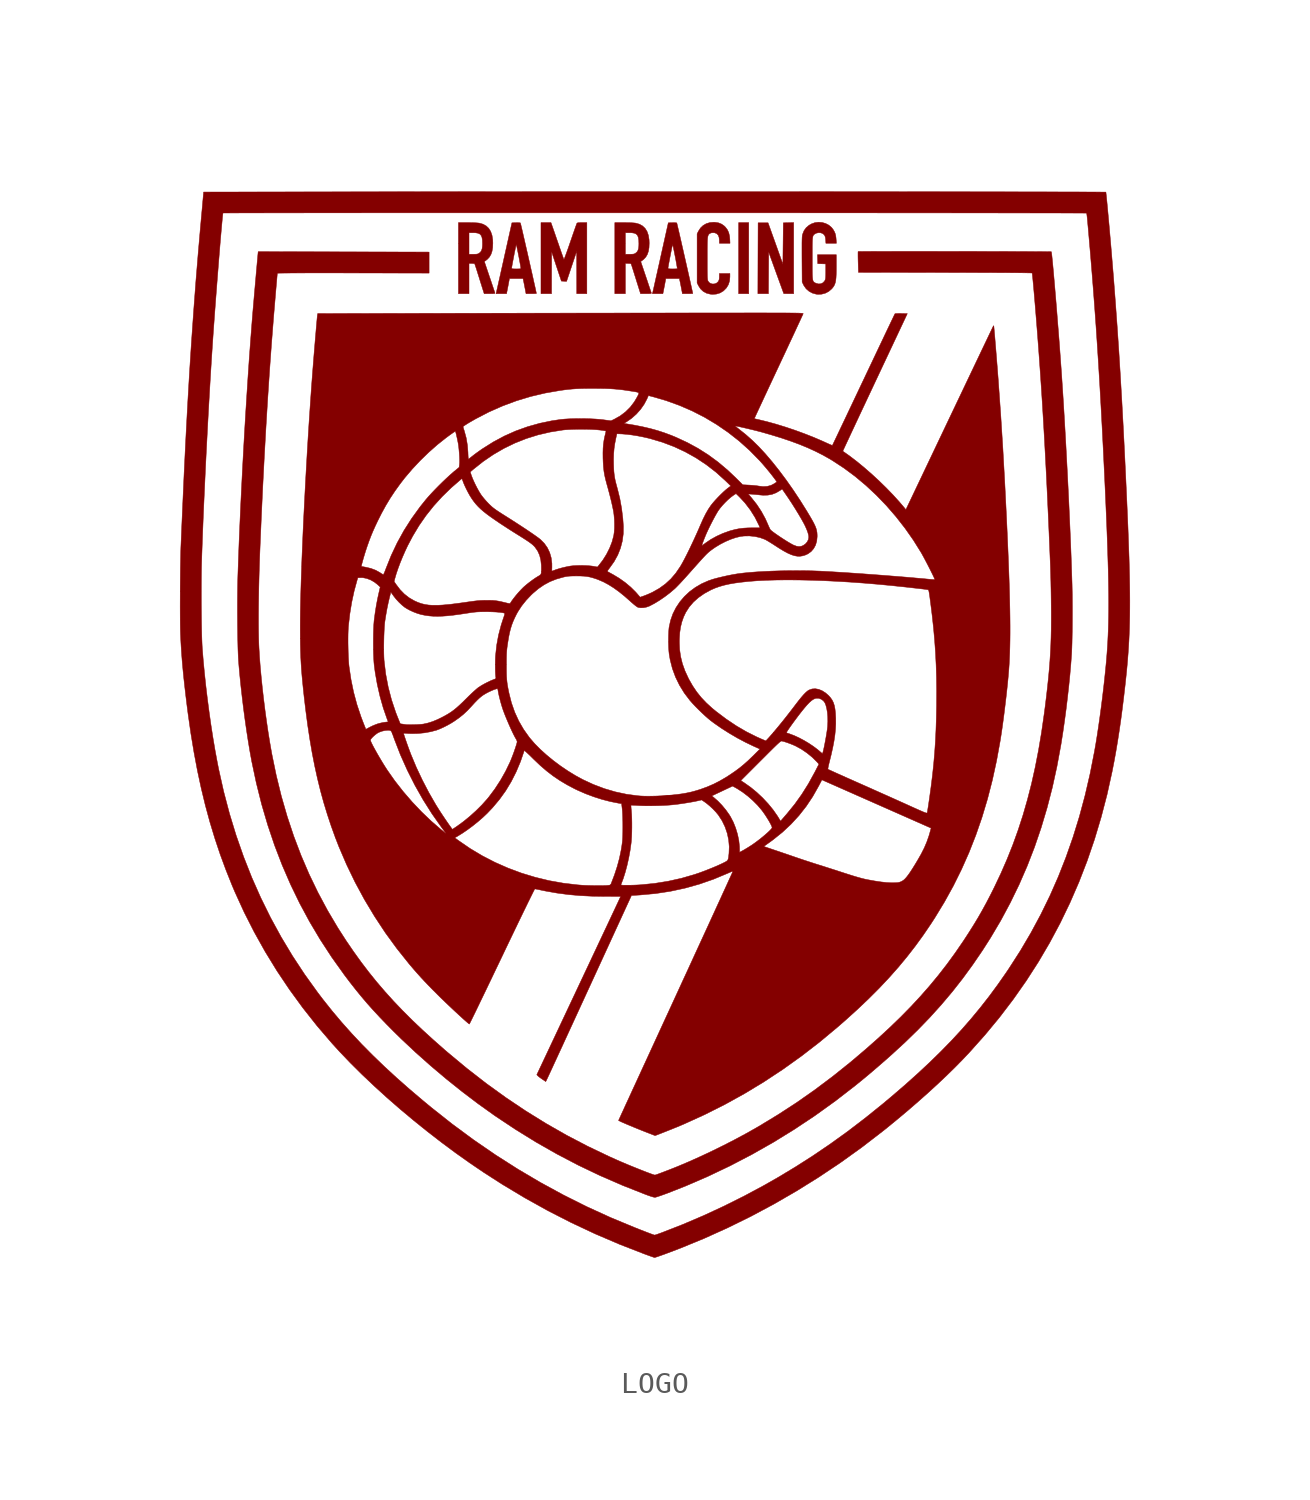
<source format=kicad_sym>
(kicad_symbol_lib
  (version 20220914)
  (generator "bitmap2component")
  (generator_version "8.0")
  (symbol "LOGO"
    (pin_names
      (offset 1.016))
    (property "Reference" "#G"
      (at 0 24.378 0)
      (effects (font (size 1.27 1.27)) hide))
    (symbol "LOGO_0_0"
      (polyline (pts (xy 0.005 -24.988) (xy 0.052 -24.973) (xy 0.131 -24.948) (xy 0.233 -24.912) (xy 0.355 -24.869) (xy 0.489 -24.821) (xy 1.202 -24.551) (xy 2.315 -24.094) (xy 3.418 -23.596) (xy 4.509 -23.059) (xy 5.585 -22.484) (xy 6.645 -21.871) (xy 7.687 -21.223) (xy 8.707 -20.541) (xy 9.705 -19.825) (xy 10.678 -19.076) (xy 10.895 -18.903) (xy 11.392 -18.496) (xy 11.883 -18.084) (xy 12.362 -17.669) (xy 12.826 -17.257) (xy 13.27 -16.85) (xy 13.691 -16.453) (xy 14.082 -16.07) (xy 14.441 -15.704) (xy 14.763 -15.363) (xy 15.485 -14.554) (xy 16.169 -13.727) (xy 16.814 -12.881) (xy 17.422 -12.015) (xy 17.992 -11.13) (xy 18.524 -10.224) (xy 19.019 -9.297) (xy 19.476 -8.349) (xy 19.897 -7.38) (xy 20.281 -6.388) (xy 20.628 -5.374) (xy 20.939 -4.337) (xy 21.215 -3.277) (xy 21.454 -2.194) (xy 21.459 -2.167) (xy 21.548 -1.712) (xy 21.631 -1.255) (xy 21.709 -0.789) (xy 21.784 -0.308) (xy 21.857 0.192) (xy 21.927 0.718) (xy 21.996 1.276) (xy 22.065 1.871) (xy 22.072 1.934) (xy 22.103 2.226) (xy 22.133 2.513) (xy 22.159 2.795) (xy 22.183 3.076) (xy 22.204 3.356) (xy 22.223 3.637) (xy 22.24 3.923) (xy 22.253 4.213) (xy 22.265 4.511) (xy 22.273 4.818) (xy 22.279 5.135) (xy 22.282 5.466) (xy 22.283 5.811) (xy 22.281 6.174) (xy 22.276 6.554) (xy 22.269 6.955) (xy 22.259 7.378) (xy 22.247 7.826) (xy 22.231 8.299) (xy 22.213 8.8) (xy 22.193 9.332) (xy 22.169 9.894) (xy 22.143 10.491) (xy 22.114 11.122) (xy 22.083 11.791) (xy 22.049 12.499) (xy 22.012 13.248) (xy 21.975 13.97) (xy 21.909 15.186) (xy 21.84 16.369) (xy 21.768 17.528) (xy 21.691 18.669) (xy 21.609 19.8) (xy 21.523 20.926) (xy 21.43 22.056) (xy 21.428 22.084) (xy 21.406 22.341) (xy 21.384 22.604) (xy 21.36 22.87) (xy 21.337 23.135) (xy 21.314 23.395) (xy 21.291 23.647) (xy 21.269 23.887) (xy 21.248 24.113) (xy 21.229 24.32) (xy 21.211 24.506) (xy 21.195 24.665) (xy 21.182 24.796) (xy 21.171 24.895) (xy 21.164 24.957) (xy 21.16 24.98) (xy 21.157 24.981) (xy 21.122 24.982) (xy 21.046 24.983) (xy 20.93 24.983) (xy 20.774 24.984) (xy 20.581 24.985) (xy 20.351 24.986) (xy 20.085 24.987) (xy 19.786 24.988) (xy 19.453 24.988) (xy 19.09 24.989) (xy 18.695 24.99) (xy 18.271 24.991) (xy 17.819 24.992) (xy 17.34 24.992) (xy 16.836 24.993) (xy 16.307 24.994) (xy 15.755 24.994) (xy 15.181 24.995) (xy 14.587 24.996) (xy 13.972 24.996) (xy 13.34 24.997) (xy 12.69 24.998) (xy 12.024 24.998) (xy 11.344 24.999) (xy 10.65 24.999) (xy 9.944 25) (xy 9.227 25) (xy 8.5 25) (xy 7.765 25.001) (xy 7.022 25.001) (xy 6.272 25.002) (xy 5.519 25.002) (xy 4.761 25.002) (xy 4 25.002) (xy 3.239 25.003) (xy 2.477 25.003) (xy 1.716 25.003) (xy 0.958 25.003) (xy 0.203 25.003) (xy -0.547 25.003) (xy -1.291 25.003) (xy -2.028 25.003) (xy -2.756 25.003) (xy -3.475 25.003) (xy -4.183 25.003) (xy -4.879 25.003) (xy -5.562 25.003) (xy -6.23 25.002) (xy -6.882 25.002) (xy -7.518 25.002) (xy -8.135 25.001) (xy -8.733 25.001) (xy -9.311 25) (xy -9.866 25) (xy -10.399 24.999) (xy -10.908 24.999) (xy -11.391 24.998) (xy -21.157 24.984) (xy -21.17 24.832) (xy -21.172 24.811) (xy -21.178 24.741) (xy -21.187 24.635) (xy -21.2 24.497) (xy -21.214 24.332) (xy -21.231 24.146) (xy -21.25 23.941) (xy -21.27 23.723) (xy -21.29 23.497) (xy -21.291 23.494) (xy -21.406 22.178) (xy -21.517 20.831) (xy -21.621 19.447) (xy -21.721 18.023) (xy -21.742 17.711) (xy -21.781 17.103) (xy -21.82 16.489) (xy -21.857 15.866) (xy -21.894 15.229) (xy -21.93 14.577) (xy -21.966 13.906) (xy -22.002 13.213) (xy -22.037 12.496) (xy -22.073 11.751) (xy -22.108 10.975) (xy -22.144 10.165) (xy -22.181 9.318) (xy -22.218 8.431) (xy -22.223 8.319) (xy -22.229 8.118) (xy -22.234 7.888) (xy -22.239 7.632) (xy -22.244 7.356) (xy -22.247 7.064) (xy -22.25 6.761) (xy -22.253 6.453) (xy -22.254 6.267) (xy -21.267 6.267) (xy -21.266 6.571) (xy -21.264 6.863) (xy -21.261 7.138) (xy -21.257 7.391) (xy -21.251 7.617) (xy -21.24 7.979) (xy -21.222 8.48) (xy -21.202 9.017) (xy -21.18 9.583) (xy -21.155 10.176) (xy -21.127 10.789) (xy -21.098 11.42) (xy -21.068 12.063) (xy -21.036 12.714) (xy -21.002 13.368) (xy -20.968 14.02) (xy -20.933 14.667) (xy -20.897 15.304) (xy -20.861 15.926) (xy -20.825 16.528) (xy -20.789 17.107) (xy -20.753 17.657) (xy -20.735 17.925) (xy -20.715 18.224) (xy -20.693 18.538) (xy -20.669 18.865) (xy -20.645 19.203) (xy -20.619 19.547) (xy -20.593 19.897) (xy -20.566 20.248) (xy -20.539 20.599) (xy -20.512 20.947) (xy -20.485 21.289) (xy -20.459 21.623) (xy -20.433 21.945) (xy -20.408 22.254) (xy -20.384 22.546) (xy -20.361 22.819) (xy -20.339 23.071) (xy -20.319 23.298) (xy -20.301 23.498) (xy -20.285 23.668) (xy -20.272 23.806) (xy -20.261 23.91) (xy -20.252 23.975) (xy -20.246 24.001) (xy -20.246 24.001) (xy -20.219 24.001) (xy -20.15 24.002) (xy -20.041 24.002) (xy -19.892 24.003) (xy -19.706 24.003) (xy -19.481 24.004) (xy -19.221 24.004) (xy -18.926 24.005) (xy -18.598 24.005) (xy -18.236 24.006) (xy -17.843 24.006) (xy -17.421 24.006) (xy -16.968 24.007) (xy -16.488 24.007) (xy -15.981 24.008) (xy -15.449 24.008) (xy -14.891 24.008) (xy -14.311 24.008) (xy -13.708 24.009) (xy -13.084 24.009) (xy -12.44 24.009) (xy -11.777 24.009) (xy -11.097 24.009) (xy -10.399 24.009) (xy -9.687 24.01) (xy -8.96 24.01) (xy -8.221 24.01) (xy -7.469 24.01) (xy -6.706 24.01) (xy -5.934 24.01) (xy -5.153 24.01) (xy -4.365 24.01) (xy -3.571 24.01) (xy -2.771 24.01) (xy -1.968 24.01) (xy -1.162 24.01) (xy -0.354 24.01) (xy 0.454 24.01) (xy 1.262 24.01) (xy 2.068 24.009) (xy 2.871 24.009) (xy 3.67 24.009) (xy 4.463 24.009) (xy 5.251 24.009) (xy 6.03 24.009) (xy 6.802 24.009) (xy 7.563 24.008) (xy 8.313 24.008) (xy 9.052 24.008) (xy 9.777 24.008) (xy 10.487 24.007) (xy 11.182 24.007) (xy 11.861 24.007) (xy 12.522 24.006) (xy 13.163 24.006) (xy 13.785 24.006) (xy 14.385 24.005) (xy 14.963 24.005) (xy 15.518 24.004) (xy 16.047 24.004) (xy 16.551 24.003) (xy 17.028 24.003) (xy 17.477 24.003) (xy 17.896 24.002) (xy 18.285 24.002) (xy 18.643 24.001) (xy 18.968 24.001) (xy 19.259 24) (xy 19.515 24) (xy 19.734 23.999) (xy 19.917 23.999) (xy 20.061 23.998) (xy 20.166 23.997) (xy 20.229 23.997) (xy 20.251 23.996) (xy 20.253 23.994) (xy 20.257 23.985) (xy 20.261 23.968) (xy 20.266 23.939) (xy 20.272 23.894) (xy 20.279 23.832) (xy 20.288 23.75) (xy 20.298 23.643) (xy 20.31 23.508) (xy 20.325 23.344) (xy 20.343 23.145) (xy 20.363 22.911) (xy 20.387 22.636) (xy 20.426 22.187) (xy 20.498 21.323) (xy 20.567 20.457) (xy 20.633 19.584) (xy 20.697 18.702) (xy 20.757 17.805) (xy 20.816 16.89) (xy 20.873 15.952) (xy 20.928 14.987) (xy 20.982 13.992) (xy 21.035 12.962) (xy 21.087 11.893) (xy 21.093 11.778) (xy 21.125 11.089) (xy 21.154 10.44) (xy 21.18 9.83) (xy 21.204 9.256) (xy 21.224 8.717) (xy 21.242 8.21) (xy 21.257 7.734) (xy 21.27 7.286) (xy 21.279 6.865) (xy 21.286 6.468) (xy 21.291 6.093) (xy 21.293 5.739) (xy 21.292 5.404) (xy 21.288 5.084) (xy 21.282 4.779) (xy 21.274 4.486) (xy 21.263 4.204) (xy 21.25 3.93) (xy 21.234 3.662) (xy 21.216 3.398) (xy 21.209 3.309) (xy 21.179 2.942) (xy 21.14 2.543) (xy 21.096 2.119) (xy 21.046 1.679) (xy 20.992 1.228) (xy 20.934 0.776) (xy 20.874 0.331) (xy 20.812 -0.101) (xy 20.75 -0.511) (xy 20.688 -0.893) (xy 20.623 -1.264) (xy 20.417 -2.309) (xy 20.181 -3.324) (xy 19.916 -4.311) (xy 19.619 -5.273) (xy 19.29 -6.21) (xy 18.93 -7.125) (xy 18.536 -8.02) (xy 18.108 -8.896) (xy 17.646 -9.755) (xy 17.149 -10.6) (xy 16.615 -11.431) (xy 16.49 -11.617) (xy 16.095 -12.182) (xy 15.691 -12.731) (xy 15.273 -13.265) (xy 14.84 -13.789) (xy 14.388 -14.306) (xy 13.914 -14.818) (xy 13.414 -15.33) (xy 12.887 -15.845) (xy 12.329 -16.365) (xy 11.738 -16.895) (xy 11.108 -17.437) (xy 10.661 -17.811) (xy 9.853 -18.461) (xy 9.048 -19.076) (xy 8.239 -19.659) (xy 7.422 -20.214) (xy 6.592 -20.744) (xy 5.742 -21.255) (xy 5.132 -21.602) (xy 4.198 -22.103) (xy 3.246 -22.578) (xy 2.284 -23.024) (xy 1.319 -23.436) (xy 0.36 -23.811) (xy 0.276 -23.842) (xy 0.171 -23.88) (xy 0.084 -23.91) (xy 0.023 -23.929) (xy -0.005 -23.935) (xy -0.007 -23.935) (xy -0.029 -23.93) (xy -0.071 -23.916) (xy -0.135 -23.893) (xy -0.224 -23.86) (xy -0.34 -23.816) (xy -0.488 -23.759) (xy -0.67 -23.688) (xy -0.888 -23.602) (xy -0.931 -23.585) (xy -2.066 -23.114) (xy -3.183 -22.604) (xy -4.281 -22.055) (xy -5.361 -21.467) (xy -6.423 -20.84) (xy -7.467 -20.174) (xy -8.492 -19.47) (xy -9.498 -18.727) (xy -10.485 -17.946) (xy -10.87 -17.627) (xy -11.511 -17.083) (xy -12.116 -16.549) (xy -12.687 -16.023) (xy -13.227 -15.502) (xy -13.739 -14.985) (xy -14.225 -14.467) (xy -14.688 -13.947) (xy -15.131 -13.421) (xy -15.556 -12.888) (xy -15.811 -12.553) (xy -16.419 -11.707) (xy -16.989 -10.841) (xy -17.522 -9.954) (xy -18.018 -9.045) (xy -18.476 -8.115) (xy -18.898 -7.164) (xy -19.282 -6.19) (xy -19.63 -5.195) (xy -19.941 -4.178) (xy -20.215 -3.138) (xy -20.453 -2.075) (xy -20.52 -1.734) (xy -20.621 -1.188) (xy -20.718 -0.613) (xy -20.811 -0.015) (xy -20.898 0.597) (xy -20.979 1.215) (xy -21.053 1.832) (xy -21.118 2.438) (xy -21.174 3.028) (xy -21.219 3.592) (xy -21.222 3.631) (xy -21.23 3.788) (xy -21.238 3.982) (xy -21.245 4.208) (xy -21.251 4.46) (xy -21.256 4.735) (xy -21.26 5.027) (xy -21.263 5.331) (xy -21.266 5.642) (xy -21.267 5.956) (xy -21.267 6.267) (xy -22.254 6.267) (xy -22.254 6.144) (xy -22.255 5.839) (xy -22.256 5.543) (xy -22.255 5.261) (xy -22.254 4.997) (xy -22.252 4.757) (xy -22.249 4.545) (xy -22.245 4.367) (xy -22.24 4.226) (xy -22.23 4.013) (xy -22.211 3.667) (xy -22.188 3.321) (xy -22.161 2.967) (xy -22.128 2.602) (xy -22.09 2.217) (xy -22.045 1.808) (xy -21.994 1.368) (xy -21.936 0.892) (xy -21.887 0.515) (xy -21.755 -0.41) (xy -21.608 -1.298) (xy -21.447 -2.154) (xy -21.269 -2.981) (xy -21.075 -3.783) (xy -20.863 -4.563) (xy -20.632 -5.325) (xy -20.382 -6.073) (xy -20.111 -6.809) (xy -19.819 -7.538) (xy -19.692 -7.838) (xy -19.257 -8.79) (xy -18.782 -9.726) (xy -18.269 -10.644) (xy -17.718 -11.543) (xy -17.128 -12.423) (xy -16.5 -13.284) (xy -15.836 -14.124) (xy -15.134 -14.943) (xy -14.769 -15.344) (xy -14.263 -15.872) (xy -13.723 -16.408) (xy -13.153 -16.948) (xy -12.558 -17.489) (xy -11.941 -18.027) (xy -11.306 -18.558) (xy -10.658 -19.08) (xy -10.001 -19.588) (xy -9.338 -20.081) (xy -8.673 -20.553) (xy -8.011 -21.002) (xy -7.155 -21.552) (xy -6.087 -22.193) (xy -5.005 -22.794) (xy -3.906 -23.356) (xy -2.789 -23.88) (xy -1.652 -24.367) (xy -0.495 -24.817) (xy -0.423 -24.843) (xy -0.295 -24.89) (xy -0.183 -24.93) (xy -0.094 -24.961) (xy -0.032 -24.982) (xy -0.005 -24.989) (xy 0.005 -24.988)) (stroke (width 0.01) (type default)) (fill (type outline)))
      (polyline (pts (xy 0.038 -22.162) (xy 0.098 -22.145) (xy 0.187 -22.116) (xy 0.3 -22.078) (xy 0.428 -22.032) (xy 0.566 -21.982) (xy 1.432 -21.642) (xy 2.488 -21.186) (xy 3.53 -20.69) (xy 4.556 -20.155) (xy 5.565 -19.583) (xy 6.555 -18.973) (xy 7.525 -18.327) (xy 8.472 -17.646) (xy 9.396 -16.931) (xy 9.476 -16.866) (xy 9.661 -16.716) (xy 9.837 -16.572) (xy 10.01 -16.428) (xy 10.188 -16.277) (xy 10.377 -16.115) (xy 10.585 -15.936) (xy 10.818 -15.733) (xy 11.093 -15.489) (xy 11.733 -14.902) (xy 12.336 -14.315) (xy 12.905 -13.726) (xy 13.444 -13.129) (xy 13.956 -12.522) (xy 14.445 -11.899) (xy 14.914 -11.257) (xy 15.368 -10.592) (xy 15.749 -9.996) (xy 16.232 -9.179) (xy 16.678 -8.347) (xy 17.09 -7.499) (xy 17.468 -6.631) (xy 17.812 -5.744) (xy 18.123 -4.834) (xy 18.402 -3.9) (xy 18.65 -2.94) (xy 18.866 -1.953) (xy 19.053 -0.936) (xy 19.071 -0.824) (xy 19.15 -0.321) (xy 19.225 0.205) (xy 19.297 0.742) (xy 19.362 1.284) (xy 19.422 1.819) (xy 19.474 2.34) (xy 19.517 2.837) (xy 19.551 3.301) (xy 19.558 3.431) (xy 19.565 3.619) (xy 19.572 3.84) (xy 19.577 4.087) (xy 19.582 4.356) (xy 19.585 4.64) (xy 19.587 4.935) (xy 19.588 5.233) (xy 19.588 5.53) (xy 19.586 5.82) (xy 19.584 6.098) (xy 19.579 6.357) (xy 19.574 6.592) (xy 19.562 6.975) (xy 19.545 7.493) (xy 19.525 8.045) (xy 19.502 8.627) (xy 19.476 9.234) (xy 19.448 9.861) (xy 19.419 10.505) (xy 19.387 11.158) (xy 19.354 11.818) (xy 19.319 12.48) (xy 19.284 13.138) (xy 19.247 13.789) (xy 19.21 14.426) (xy 19.173 15.047) (xy 19.135 15.645) (xy 19.097 16.216) (xy 19.08 16.473) (xy 19.058 16.778) (xy 19.035 17.097) (xy 19.011 17.426) (xy 18.986 17.764) (xy 18.96 18.107) (xy 18.933 18.453) (xy 18.905 18.799) (xy 18.878 19.143) (xy 18.851 19.482) (xy 18.824 19.812) (xy 18.797 20.132) (xy 18.771 20.439) (xy 18.746 20.73) (xy 18.722 21.002) (xy 18.7 21.253) (xy 18.679 21.48) (xy 18.66 21.68) (xy 18.643 21.85) (xy 18.629 21.988) (xy 18.617 22.092) (xy 18.607 22.158) (xy 18.601 22.184) (xy 18.596 22.185) (xy 18.554 22.186) (xy 18.473 22.187) (xy 18.355 22.188) (xy 18.203 22.189) (xy 18.018 22.19) (xy 17.803 22.191) (xy 17.561 22.192) (xy 17.294 22.193) (xy 17.005 22.194) (xy 16.696 22.195) (xy 16.369 22.196) (xy 16.027 22.197) (xy 15.672 22.197) (xy 15.306 22.198) (xy 14.933 22.199) (xy 14.555 22.199) (xy 14.173 22.2) (xy 13.79 22.2) (xy 13.41 22.2) (xy 13.033 22.201) (xy 12.663 22.201) (xy 12.303 22.201) (xy 11.953 22.201) (xy 11.618 22.201) (xy 11.299 22.201) (xy 10.999 22.2) (xy 10.72 22.2) (xy 10.464 22.2) (xy 10.235 22.199) (xy 10.034 22.198) (xy 9.863 22.198) (xy 9.727 22.197) (xy 9.626 22.196) (xy 9.563 22.195) (xy 9.54 22.194) (xy 9.539 22.187) (xy 9.536 22.144) (xy 9.536 22.067) (xy 9.536 21.964) (xy 9.538 21.839) (xy 9.542 21.699) (xy 9.556 21.217) (xy 13.622 21.211) (xy 13.931 21.21) (xy 14.42 21.209) (xy 14.879 21.208) (xy 15.307 21.207) (xy 15.704 21.206) (xy 16.068 21.204) (xy 16.398 21.203) (xy 16.694 21.201) (xy 16.953 21.199) (xy 17.176 21.197) (xy 17.361 21.195) (xy 17.506 21.192) (xy 17.613 21.19) (xy 17.677 21.187) (xy 17.7 21.185) (xy 17.702 21.181) (xy 17.708 21.141) (xy 17.717 21.062) (xy 17.729 20.948) (xy 17.743 20.802) (xy 17.76 20.626) (xy 17.778 20.423) (xy 17.798 20.198) (xy 17.819 19.953) (xy 17.841 19.691) (xy 17.864 19.416) (xy 17.887 19.13) (xy 17.911 18.836) (xy 17.934 18.539) (xy 17.958 18.24) (xy 17.98 17.944) (xy 18.003 17.652) (xy 18.023 17.369) (xy 18.043 17.098) (xy 18.088 16.459) (xy 18.14 15.693) (xy 18.189 14.921) (xy 18.236 14.139) (xy 18.282 13.342) (xy 18.326 12.525) (xy 18.37 11.684) (xy 18.412 10.814) (xy 18.454 9.91) (xy 18.496 8.969) (xy 18.5 8.855) (xy 18.515 8.512) (xy 18.528 8.205) (xy 18.539 7.93) (xy 18.549 7.683) (xy 18.558 7.458) (xy 18.565 7.252) (xy 18.571 7.058) (xy 18.576 6.873) (xy 18.581 6.692) (xy 18.584 6.51) (xy 18.588 6.322) (xy 18.591 6.124) (xy 18.594 5.911) (xy 18.596 5.678) (xy 18.6 5.311) (xy 18.6 4.88) (xy 18.597 4.474) (xy 18.589 4.087) (xy 18.576 3.711) (xy 18.557 3.341) (xy 18.533 2.969) (xy 18.503 2.589) (xy 18.466 2.194) (xy 18.422 1.777) (xy 18.371 1.331) (xy 18.312 0.85) (xy 18.267 0.509) (xy 18.142 -0.359) (xy 18.002 -1.191) (xy 17.846 -1.991) (xy 17.674 -2.762) (xy 17.483 -3.507) (xy 17.275 -4.231) (xy 17.046 -4.936) (xy 16.797 -5.627) (xy 16.526 -6.306) (xy 16.233 -6.978) (xy 15.916 -7.646) (xy 15.739 -7.998) (xy 15.547 -8.367) (xy 15.355 -8.717) (xy 15.16 -9.058) (xy 14.953 -9.4) (xy 14.73 -9.754) (xy 14.485 -10.13) (xy 14.465 -10.16) (xy 14.097 -10.696) (xy 13.717 -11.218) (xy 13.322 -11.727) (xy 12.909 -12.228) (xy 12.475 -12.723) (xy 12.018 -13.216) (xy 11.534 -13.709) (xy 11.021 -14.205) (xy 10.477 -14.707) (xy 9.897 -15.219) (xy 9.28 -15.743) (xy 9.174 -15.832) (xy 8.348 -16.494) (xy 7.514 -17.12) (xy 6.666 -17.715) (xy 5.794 -18.282) (xy 4.893 -18.829) (xy 4.769 -18.901) (xy 4.285 -19.174) (xy 3.772 -19.45) (xy 3.241 -19.723) (xy 2.702 -19.988) (xy 2.165 -20.241) (xy 1.641 -20.477) (xy 1.14 -20.69) (xy 1.03 -20.735) (xy 0.885 -20.793) (xy 0.736 -20.852) (xy 0.586 -20.91) (xy 0.443 -20.965) (xy 0.311 -21.015) (xy 0.196 -21.058) (xy 0.104 -21.091) (xy 0.04 -21.112) (xy 0.011 -21.12) (xy -0.001 -21.118) (xy -0.054 -21.103) (xy -0.141 -21.074) (xy -0.255 -21.032) (xy -0.394 -20.98) (xy -0.551 -20.919) (xy -0.723 -20.851) (xy -0.905 -20.778) (xy -1.093 -20.702) (xy -1.282 -20.624) (xy -1.466 -20.546) (xy -1.643 -20.471) (xy -1.807 -20.399) (xy -2.145 -20.247) (xy -3.15 -19.766) (xy -4.134 -19.252) (xy -5.099 -18.701) (xy -6.046 -18.114) (xy -6.979 -17.489) (xy -7.897 -16.826) (xy -8.803 -16.122) (xy -9.7 -15.377) (xy -9.834 -15.262) (xy -10.38 -14.781) (xy -10.892 -14.314) (xy -11.372 -13.858) (xy -11.823 -13.407) (xy -12.25 -12.96) (xy -12.655 -12.511) (xy -13.042 -12.059) (xy -13.414 -11.598) (xy -13.774 -11.125) (xy -14.125 -10.637) (xy -14.472 -10.13) (xy -14.859 -9.528) (xy -15.345 -8.707) (xy -15.795 -7.867) (xy -16.209 -7.008) (xy -16.587 -6.128) (xy -16.929 -5.226) (xy -17.237 -4.301) (xy -17.511 -3.352) (xy -17.75 -2.377) (xy -17.956 -1.377) (xy -17.974 -1.276) (xy -18.055 -0.813) (xy -18.134 -0.324) (xy -18.208 0.183) (xy -18.279 0.7) (xy -18.344 1.221) (xy -18.403 1.737) (xy -18.455 2.242) (xy -18.5 2.728) (xy -18.535 3.186) (xy -18.56 3.611) (xy -18.567 3.761) (xy -18.576 4.052) (xy -18.582 4.381) (xy -18.585 4.743) (xy -18.585 5.135) (xy -18.582 5.553) (xy -18.576 5.995) (xy -18.568 6.456) (xy -18.557 6.932) (xy -18.543 7.421) (xy -18.526 7.918) (xy -18.506 8.42) (xy -18.454 9.632) (xy -18.386 11.104) (xy -18.312 12.536) (xy -18.234 13.927) (xy -18.152 15.278) (xy -18.065 16.591) (xy -17.973 17.865) (xy -17.876 19.102) (xy -17.775 20.303) (xy -17.77 20.359) (xy -17.754 20.543) (xy -17.739 20.712) (xy -17.726 20.862) (xy -17.716 20.988) (xy -17.707 21.085) (xy -17.702 21.148) (xy -17.701 21.174) (xy -17.682 21.177) (xy -17.621 21.18) (xy -17.517 21.182) (xy -17.371 21.184) (xy -17.181 21.186) (xy -16.95 21.188) (xy -16.675 21.189) (xy -16.358 21.19) (xy -15.999 21.19) (xy -15.598 21.191) (xy -15.154 21.19) (xy -14.669 21.19) (xy -14.141 21.189) (xy -10.582 21.183) (xy -10.582 21.676) (xy -10.582 22.169) (xy -14.587 22.178) (xy -14.94 22.179) (xy -15.342 22.18) (xy -15.73 22.181) (xy -16.103 22.182) (xy -16.459 22.182) (xy -16.794 22.183) (xy -17.108 22.184) (xy -17.397 22.184) (xy -17.661 22.185) (xy -17.896 22.185) (xy -18.101 22.186) (xy -18.273 22.186) (xy -18.411 22.186) (xy -18.512 22.186) (xy -18.575 22.186) (xy -18.596 22.186) (xy -18.598 22.175) (xy -18.603 22.125) (xy -18.612 22.039) (xy -18.623 21.921) (xy -18.636 21.774) (xy -18.652 21.604) (xy -18.669 21.413) (xy -18.688 21.205) (xy -18.707 20.984) (xy -18.728 20.755) (xy -18.748 20.521) (xy -18.769 20.286) (xy -18.789 20.054) (xy -18.808 19.829) (xy -18.827 19.615) (xy -18.844 19.416) (xy -18.859 19.235) (xy -18.872 19.077) (xy -18.899 18.735) (xy -18.958 17.965) (xy -19.017 17.161) (xy -19.074 16.328) (xy -19.13 15.472) (xy -19.185 14.598) (xy -19.238 13.713) (xy -19.288 12.823) (xy -19.336 11.932) (xy -19.381 11.048) (xy -19.423 10.175) (xy -19.461 9.319) (xy -19.496 8.487) (xy -19.526 7.683) (xy -19.552 6.915) (xy -19.557 6.713) (xy -19.562 6.46) (xy -19.565 6.186) (xy -19.568 5.895) (xy -19.569 5.592) (xy -19.569 5.283) (xy -19.567 4.971) (xy -19.565 4.663) (xy -19.561 4.363) (xy -19.557 4.075) (xy -19.551 3.807) (xy -19.545 3.561) (xy -19.537 3.343) (xy -19.529 3.158) (xy -19.52 3.011) (xy -19.498 2.734) (xy -19.455 2.262) (xy -19.404 1.767) (xy -19.346 1.257) (xy -19.283 0.741) (xy -19.214 0.227) (xy -19.142 -0.277) (xy -19.067 -0.762) (xy -18.991 -1.221) (xy -18.914 -1.645) (xy -18.902 -1.71) (xy -18.685 -2.733) (xy -18.435 -3.732) (xy -18.149 -4.705) (xy -17.829 -5.655) (xy -17.473 -6.582) (xy -17.081 -7.487) (xy -16.653 -8.371) (xy -16.188 -9.235) (xy -15.686 -10.079) (xy -15.147 -10.905) (xy -14.57 -11.713) (xy -14.561 -11.726) (xy -14.286 -12.089) (xy -14.018 -12.43) (xy -13.753 -12.755) (xy -13.483 -13.072) (xy -13.203 -13.386) (xy -12.906 -13.706) (xy -12.587 -14.038) (xy -12.24 -14.389) (xy -11.882 -14.74) (xy -11.205 -15.375) (xy -10.498 -16.003) (xy -9.769 -16.618) (xy -9.025 -17.213) (xy -8.275 -17.782) (xy -7.526 -18.317) (xy -7.481 -18.348) (xy -6.527 -18.983) (xy -5.563 -19.578) (xy -4.584 -20.135) (xy -3.586 -20.657) (xy -2.567 -21.144) (xy -1.522 -21.599) (xy -0.449 -22.023) (xy -0.338 -22.064) (xy -0.201 -22.112) (xy -0.098 -22.144) (xy -0.025 -22.162) (xy 0.021 -22.165) (xy 0.038 -22.162)) (stroke (width 0.01) (type default)) (fill (type outline)))
      (polyline (pts (xy 0.026 -19.267) (xy 0.071 -19.251) (xy 0.146 -19.223) (xy 0.246 -19.184) (xy 0.366 -19.137) (xy 0.498 -19.085) (xy 0.638 -19.029) (xy 0.78 -18.973) (xy 0.917 -18.917) (xy 1.046 -18.865) (xy 1.158 -18.819) (xy 1.249 -18.78) (xy 1.383 -18.723) (xy 2.345 -18.285) (xy 3.286 -17.812) (xy 4.208 -17.302) (xy 5.112 -16.756) (xy 5.999 -16.171) (xy 6.872 -15.547) (xy 7.731 -14.884) (xy 8.577 -14.18) (xy 8.954 -13.851) (xy 9.511 -13.347) (xy 10.033 -12.851) (xy 10.523 -12.361) (xy 10.983 -11.872) (xy 11.418 -11.382) (xy 11.829 -10.886) (xy 12.221 -10.382) (xy 12.596 -9.866) (xy 12.957 -9.334) (xy 13.138 -9.055) (xy 13.59 -8.311) (xy 14.008 -7.554) (xy 14.391 -6.781) (xy 14.742 -5.99) (xy 15.061 -5.178) (xy 15.349 -4.345) (xy 15.607 -3.487) (xy 15.835 -2.602) (xy 16.034 -1.688) (xy 16.206 -0.742) (xy 16.207 -0.735) (xy 16.251 -0.457) (xy 16.297 -0.146) (xy 16.343 0.189) (xy 16.389 0.54) (xy 16.433 0.899) (xy 16.476 1.257) (xy 16.515 1.606) (xy 16.55 1.938) (xy 16.579 2.244) (xy 16.602 2.516) (xy 16.607 2.575) (xy 16.624 2.823) (xy 16.637 3.084) (xy 16.649 3.359) (xy 16.657 3.65) (xy 16.663 3.959) (xy 16.666 4.288) (xy 16.666 4.638) (xy 16.663 5.011) (xy 16.657 5.408) (xy 16.648 5.831) (xy 16.637 6.283) (xy 16.622 6.764) (xy 16.604 7.276) (xy 16.583 7.821) (xy 16.559 8.4) (xy 16.532 9.016) (xy 16.502 9.67) (xy 16.468 10.363) (xy 16.431 11.098) (xy 16.412 11.465) (xy 16.326 13) (xy 16.228 14.546) (xy 16.119 16.077) (xy 16.119 16.09) (xy 16.103 16.296) (xy 16.086 16.514) (xy 16.069 16.741) (xy 16.05 16.974) (xy 16.032 17.207) (xy 16.013 17.436) (xy 15.995 17.659) (xy 15.977 17.871) (xy 15.961 18.068) (xy 15.946 18.245) (xy 15.932 18.4) (xy 15.921 18.528) (xy 15.912 18.625) (xy 15.905 18.686) (xy 15.902 18.709) (xy 15.886 18.709) (xy 15.885 18.707) (xy 15.87 18.676) (xy 15.837 18.609) (xy 15.788 18.506) (xy 15.723 18.371) (xy 15.644 18.204) (xy 15.55 18.007) (xy 15.443 17.783) (xy 15.323 17.533) (xy 15.193 17.258) (xy 15.051 16.961) (xy 14.899 16.643) (xy 14.739 16.306) (xy 14.57 15.951) (xy 14.394 15.581) (xy 14.211 15.197) (xy 14.023 14.802) (xy 13.829 14.395) (xy 11.781 10.09) (xy 11.609 10.294) (xy 11.466 10.461) (xy 11.171 10.786) (xy 10.852 11.115) (xy 10.518 11.441) (xy 10.174 11.758) (xy 9.825 12.062) (xy 9.48 12.346) (xy 9.143 12.604) (xy 8.822 12.831) (xy 8.829 12.849) (xy 8.854 12.904) (xy 8.895 12.993) (xy 8.952 13.116) (xy 9.024 13.27) (xy 9.109 13.452) (xy 9.206 13.661) (xy 9.316 13.895) (xy 9.436 14.152) (xy 9.566 14.43) (xy 9.705 14.726) (xy 9.852 15.039) (xy 10.006 15.367) (xy 10.166 15.707) (xy 10.331 16.058) (xy 11.848 19.281) (xy 11.566 19.287) (xy 11.546 19.288) (xy 11.442 19.288) (xy 11.355 19.286) (xy 11.294 19.282) (xy 11.268 19.276) (xy 11.264 19.268) (xy 11.242 19.225) (xy 11.204 19.146) (xy 11.15 19.033) (xy 11.081 18.89) (xy 10.999 18.716) (xy 10.903 18.516) (xy 10.796 18.291) (xy 10.678 18.042) (xy 10.55 17.773) (xy 10.413 17.484) (xy 10.268 17.179) (xy 10.117 16.859) (xy 9.959 16.527) (xy 9.797 16.184) (xy 9.697 15.974) (xy 9.538 15.638) (xy 9.384 15.313) (xy 9.237 15.002) (xy 9.097 14.708) (xy 8.966 14.431) (xy 8.845 14.175) (xy 8.733 13.941) (xy 8.634 13.731) (xy 8.547 13.548) (xy 8.473 13.393) (xy 8.414 13.269) (xy 8.37 13.177) (xy 8.343 13.12) (xy 8.333 13.1) (xy 8.315 13.105) (xy 8.264 13.126) (xy 8.186 13.159) (xy 8.087 13.203) (xy 7.975 13.254) (xy 7.865 13.304) (xy 7.458 13.479) (xy 7.026 13.649) (xy 6.58 13.812) (xy 6.13 13.963) (xy 5.684 14.1) (xy 5.255 14.218) (xy 4.85 14.316) (xy 4.824 14.321) (xy 4.748 14.338) (xy 4.694 14.351) (xy 4.672 14.357) (xy 4.68 14.377) (xy 4.706 14.433) (xy 4.747 14.523) (xy 4.804 14.646) (xy 4.874 14.797) (xy 4.958 14.977) (xy 5.053 15.181) (xy 5.158 15.408) (xy 5.274 15.655) (xy 5.397 15.92) (xy 5.529 16.201) (xy 5.666 16.494) (xy 5.809 16.799) (xy 5.949 17.099) (xy 6.088 17.394) (xy 6.22 17.677) (xy 6.345 17.945) (xy 6.462 18.194) (xy 6.569 18.424) (xy 6.665 18.632) (xy 6.75 18.815) (xy 6.823 18.971) (xy 6.881 19.098) (xy 6.925 19.193) (xy 6.953 19.253) (xy 6.963 19.277) (xy 6.963 19.279) (xy 6.962 19.284) (xy 6.957 19.288) (xy 6.945 19.292) (xy 6.926 19.295) (xy 6.896 19.299) (xy 6.855 19.301) (xy 6.8 19.304) (xy 6.729 19.306) (xy 6.642 19.308) (xy 6.535 19.309) (xy 6.407 19.311) (xy 6.257 19.312) (xy 6.082 19.313) (xy 5.88 19.314) (xy 5.65 19.314) (xy 5.39 19.314) (xy 5.098 19.315) (xy 4.773 19.315) (xy 4.411 19.315) (xy 4.012 19.314) (xy 3.574 19.314) (xy 3.095 19.314) (xy 2.956 19.314) (xy 2.604 19.314) (xy 2.213 19.313) (xy 1.786 19.313) (xy 1.325 19.312) (xy 0.834 19.312) (xy 0.315 19.311) (xy -0.229 19.311) (xy -0.795 19.31) (xy -1.38 19.309) (xy -1.982 19.308) (xy -2.598 19.308) (xy -3.225 19.307) (xy -3.86 19.306) (xy -4.5 19.305) (xy -5.143 19.304) (xy -5.785 19.303) (xy -6.424 19.302) (xy -7.058 19.301) (xy -7.683 19.3) (xy -8.296 19.299) (xy -15.807 19.285) (xy -15.818 19.219) (xy -15.82 19.205) (xy -15.826 19.146) (xy -15.835 19.05) (xy -15.847 18.922) (xy -15.861 18.765) (xy -15.877 18.584) (xy -15.894 18.382) (xy -15.913 18.164) (xy -15.932 17.933) (xy -15.952 17.694) (xy -15.972 17.451) (xy -15.992 17.208) (xy -16.011 16.969) (xy -16.047 16.51) (xy -16.091 15.925) (xy -16.134 15.322) (xy -16.176 14.706) (xy -16.218 14.078) (xy -16.224 13.981) (xy -8.99 13.981) (xy -8.984 13.988) (xy -8.948 14.016) (xy -8.884 14.058) (xy -8.8 14.112) (xy -8.701 14.172) (xy -8.404 14.343) (xy -7.779 14.667) (xy -7.139 14.95) (xy -6.485 15.193) (xy -5.818 15.395) (xy -5.136 15.556) (xy -4.441 15.677) (xy -4.412 15.681) (xy -4.216 15.708) (xy -4.038 15.729) (xy -3.869 15.745) (xy -3.699 15.757) (xy -3.521 15.766) (xy -3.326 15.771) (xy -3.105 15.774) (xy -2.85 15.774) (xy -2.832 15.774) (xy -2.561 15.772) (xy -2.324 15.768) (xy -2.11 15.76) (xy -1.911 15.747) (xy -1.718 15.73) (xy -1.521 15.708) (xy -1.312 15.679) (xy -1.08 15.643) (xy -0.97 15.626) (xy -0.865 15.608) (xy -0.796 15.591) (xy -0.758 15.569) (xy -0.748 15.537) (xy -0.761 15.491) (xy -0.794 15.425) (xy -0.843 15.335) (xy -0.958 15.142) (xy -1.147 14.894) (xy -1.368 14.675) (xy -1.617 14.486) (xy -1.89 14.332) (xy -2.049 14.256) (xy -2.428 14.306) (xy -2.56 14.321) (xy -2.775 14.338) (xy -3.014 14.35) (xy -3.267 14.357) (xy -3.526 14.359) (xy -3.78 14.356) (xy -4.02 14.348) (xy -4.236 14.335) (xy -4.42 14.316) (xy -4.819 14.257) (xy -5.405 14.135) (xy -5.412 14.133) (xy -1.445 14.133) (xy -1.323 14.206) (xy -1.085 14.371) (xy -0.862 14.569) (xy -0.664 14.791) (xy -0.496 15.031) (xy -0.364 15.28) (xy -0.295 15.438) (xy -0.013 15.363) (xy 0.536 15.202) (xy 1.156 14.978) (xy 1.759 14.717) (xy 2.343 14.418) (xy 2.905 14.082) (xy 3.445 13.711) (xy 3.96 13.307) (xy 4.449 12.869) (xy 4.91 12.399) (xy 4.939 12.368) (xy 5.089 12.199) (xy 5.243 12.018) (xy 5.393 11.836) (xy 5.53 11.662) (xy 5.645 11.509) (xy 5.728 11.394) (xy 5.676 11.353) (xy 5.636 11.326) (xy 5.569 11.287) (xy 5.493 11.247) (xy 5.446 11.226) (xy 5.281 11.181) (xy 5.092 11.17) (xy 4.882 11.194) (xy 4.88 11.195) (xy 4.793 11.208) (xy 4.679 11.221) (xy 4.551 11.232) (xy 4.425 11.24) (xy 4.129 11.255) (xy 3.791 11.591) (xy 3.415 11.946) (xy 2.971 12.32) (xy 2.512 12.657) (xy 2.033 12.961) (xy 1.529 13.235) (xy 0.996 13.482) (xy 0.765 13.577) (xy 0.447 13.695) (xy 0.124 13.8) (xy -0.212 13.893) (xy -0.569 13.976) (xy -0.953 14.052) (xy -1.373 14.122) (xy -1.445 14.133) (xy -5.412 14.133) (xy -5.972 13.975) (xy -6.522 13.777) (xy -7.055 13.539) (xy -7.573 13.261) (xy -8.078 12.943) (xy -8.106 12.925) (xy -8.225 12.841) (xy -8.347 12.754) (xy -8.459 12.671) (xy -8.547 12.602) (xy -8.613 12.55) (xy -8.677 12.499) (xy -8.722 12.465) (xy -8.74 12.453) (xy -8.742 12.459) (xy -8.745 12.499) (xy -8.75 12.571) (xy -8.755 12.667) (xy -8.759 12.781) (xy -8.784 13.107) (xy -8.84 13.447) (xy -8.927 13.768) (xy -8.942 13.816) (xy -8.967 13.895) (xy -8.984 13.953) (xy -8.99 13.981) (xy -16.224 13.981) (xy -16.258 13.442) (xy -16.297 12.801) (xy -16.334 12.157) (xy -16.37 11.515) (xy -16.404 10.876) (xy -16.436 10.244) (xy -16.467 9.622) (xy -16.495 9.013) (xy -16.52 8.419) (xy -16.544 7.845) (xy -16.559 7.439) (xy -13.759 7.439) (xy -13.75 7.484) (xy -13.731 7.559) (xy -13.704 7.658) (xy -13.672 7.774) (xy -13.635 7.9) (xy -13.596 8.029) (xy -13.557 8.154) (xy -13.519 8.27) (xy -13.481 8.383) (xy -13.394 8.628) (xy -13.307 8.855) (xy -13.215 9.077) (xy -13.112 9.307) (xy -12.992 9.56) (xy -12.813 9.916) (xy -12.614 10.279) (xy -12.407 10.623) (xy -12.183 10.961) (xy -11.935 11.305) (xy -11.724 11.578) (xy -11.375 11.988) (xy -10.998 12.39) (xy -10.6 12.776) (xy -10.19 13.138) (xy -9.775 13.467) (xy -9.746 13.488) (xy -9.612 13.587) (xy -9.503 13.665) (xy -9.421 13.722) (xy -9.368 13.754) (xy -9.346 13.761) (xy -9.345 13.758) (xy -9.334 13.722) (xy -9.316 13.656) (xy -9.296 13.568) (xy -9.273 13.468) (xy -9.251 13.365) (xy -9.231 13.268) (xy -9.216 13.186) (xy -9.21 13.152) (xy -9.192 13.021) (xy -9.177 12.872) (xy -9.164 12.716) (xy -9.155 12.562) (xy -9.15 12.42) (xy -9.15 12.301) (xy -9.156 12.214) (xy -9.173 12.073) (xy -9.435 11.856) (xy -8.651 11.856) (xy -8.548 11.945) (xy -8.512 11.976) (xy -8.049 12.344) (xy -7.569 12.672) (xy -7.071 12.961) (xy -6.556 13.211) (xy -6.023 13.422) (xy -5.472 13.594) (xy -4.901 13.727) (xy -4.312 13.822) (xy -4.207 13.833) (xy -4.023 13.846) (xy -3.813 13.855) (xy -3.588 13.86) (xy -3.357 13.86) (xy -3.131 13.857) (xy -2.917 13.849) (xy -2.728 13.837) (xy -2.571 13.821) (xy -2.551 13.819) (xy -2.449 13.805) (xy -2.366 13.792) (xy -2.309 13.783) (xy -2.286 13.778) (xy -2.286 13.776) (xy -2.29 13.744) (xy -2.303 13.684) (xy -2.322 13.606) (xy -2.343 13.52) (xy -2.38 13.338) (xy -2.406 13.157) (xy -2.421 12.965) (xy -2.427 12.752) (xy -2.425 12.506) (xy -2.417 12.299) (xy -2.403 12.084) (xy -2.381 11.889) (xy -2.349 11.7) (xy -2.305 11.505) (xy -2.248 11.291) (xy -2.204 11.134) (xy -2.139 10.894) (xy -2.079 10.661) (xy -2.026 10.444) (xy -1.982 10.248) (xy -1.947 10.08) (xy -1.923 9.947) (xy -1.908 9.822) (xy -1.891 9.62) (xy -1.885 9.412) (xy -1.887 9.212) (xy -1.9 9.029) (xy -1.921 8.877) (xy -1.925 8.859) (xy -2.002 8.572) (xy -2.116 8.281) (xy -2.261 7.993) (xy -2.433 7.719) (xy -2.628 7.466) (xy -2.686 7.398) (xy -2.886 7.434) (xy -2.978 7.447) (xy -3.129 7.46) (xy -3.302 7.468) (xy -3.482 7.47) (xy -3.658 7.467) (xy -3.817 7.458) (xy -3.947 7.444) (xy -4.016 7.432) (xy -4.189 7.397) (xy -4.367 7.354) (xy -4.534 7.306) (xy -4.673 7.26) (xy -4.682 7.256) (xy -4.752 7.23) (xy -4.803 7.212) (xy -4.824 7.205) (xy -4.824 7.208) (xy -4.825 7.241) (xy -4.824 7.303) (xy -4.821 7.385) (xy -4.822 7.566) (xy -4.855 7.828) (xy -4.926 8.073) (xy -5.033 8.299) (xy -5.176 8.503) (xy -5.353 8.682) (xy -5.353 8.683) (xy -5.431 8.745) (xy -5.543 8.827) (xy -5.686 8.928) (xy -5.857 9.045) (xy -6.053 9.177) (xy -6.272 9.321) (xy -6.51 9.476) (xy -6.764 9.639) (xy -7.033 9.809) (xy -7.053 9.821) (xy -7.207 9.919) (xy -7.332 10) (xy -7.433 10.068) (xy -7.515 10.127) (xy -7.586 10.182) (xy -7.651 10.237) (xy -7.715 10.297) (xy -7.786 10.366) (xy -7.877 10.462) (xy -7.981 10.579) (xy -8.075 10.693) (xy -8.149 10.793) (xy -8.164 10.816) (xy -8.243 10.945) (xy -8.328 11.098) (xy -8.412 11.262) (xy -8.49 11.427) (xy -8.555 11.579) (xy -8.603 11.708) (xy -8.651 11.856) (xy -9.435 11.856) (xy -9.442 11.851) (xy -9.475 11.822) (xy -9.619 11.696) (xy -9.781 11.546) (xy -9.955 11.38) (xy -10.132 11.205) (xy -10.306 11.028) (xy -10.469 10.857) (xy -10.613 10.698) (xy -10.732 10.56) (xy -11.003 10.222) (xy -11.4 9.674) (xy -11.758 9.112) (xy -12.077 8.534) (xy -12.359 7.939) (xy -12.605 7.324) (xy -12.617 7.292) (xy -12.654 7.194) (xy -12.687 7.115) (xy -12.712 7.062) (xy -12.725 7.041) (xy -12.728 7.042) (xy -12.76 7.056) (xy -12.815 7.088) (xy -12.883 7.133) (xy -12.89 7.138) (xy -13.087 7.247) (xy -13.311 7.332) (xy -13.554 7.389) (xy -13.604 7.398) (xy -13.682 7.412) (xy -13.737 7.423) (xy -13.759 7.428) (xy -13.759 7.439) (xy -16.559 7.439) (xy -16.564 7.292) (xy -16.582 6.764) (xy -16.597 6.264) (xy -16.609 5.795) (xy -16.618 5.36) (xy -16.623 4.961) (xy -16.625 4.603) (xy -16.625 4.444) (xy -16.623 4.085) (xy -16.622 4.048) (xy -14.385 4.048) (xy -14.383 4.249) (xy -14.377 4.426) (xy -14.369 4.57) (xy -14.361 4.661) (xy -14.298 5.208) (xy -14.21 5.748) (xy -14.097 6.27) (xy -13.963 6.764) (xy -13.924 6.893) (xy -13.8 6.899) (xy -13.687 6.897) (xy -13.51 6.862) (xy -13.332 6.796) (xy -13.19 6.717) (xy -12.222 6.717) (xy -12.195 6.827) (xy -12.183 6.871) (xy -12.119 7.09) (xy -12.036 7.335) (xy -11.938 7.597) (xy -11.828 7.866) (xy -11.711 8.133) (xy -11.59 8.391) (xy -11.35 8.847) (xy -11.052 9.343) (xy -10.724 9.814) (xy -10.365 10.265) (xy -9.972 10.697) (xy -9.542 11.116) (xy -9.073 11.523) (xy -9.058 11.533) (xy -9.04 11.531) (xy -9.023 11.502) (xy -9 11.438) (xy -8.968 11.349) (xy -8.908 11.209) (xy -8.835 11.055) (xy -8.754 10.898) (xy -8.671 10.749) (xy -8.592 10.623) (xy -8.57 10.59) (xy -8.48 10.464) (xy -8.386 10.347) (xy -8.282 10.233) (xy -8.167 10.121) (xy -8.034 10.006) (xy -7.88 9.884) (xy -7.701 9.752) (xy -7.493 9.607) (xy -7.252 9.443) (xy -7.131 9.364) (xy -6.962 9.254) (xy -6.783 9.138) (xy -6.609 9.028) (xy -6.456 8.932) (xy -6.317 8.846) (xy -6.153 8.742) (xy -6.019 8.655) (xy -5.91 8.582) (xy -5.824 8.52) (xy -5.754 8.466) (xy -5.698 8.417) (xy -5.651 8.37) (xy -5.612 8.326) (xy -5.49 8.152) (xy -5.401 7.955) (xy -5.344 7.733) (xy -5.317 7.482) (xy -5.315 7.394) (xy -5.314 7.287) (xy -5.316 7.196) (xy -5.317 7.188) (xy -2.219 7.188) (xy -2.214 7.215) (xy -2.182 7.268) (xy -2.124 7.344) (xy -2.114 7.357) (xy -1.904 7.652) (xy -1.734 7.96) (xy -1.607 8.28) (xy -1.52 8.612) (xy -1.474 8.956) (xy -1.47 9.313) (xy -1.496 9.688) (xy -1.554 10.156) (xy -1.637 10.614) (xy -1.744 11.048) (xy -1.762 11.114) (xy -1.812 11.299) (xy -1.851 11.457) (xy -1.879 11.598) (xy -1.899 11.735) (xy -1.914 11.876) (xy -1.923 12.034) (xy -1.929 12.217) (xy -1.932 12.45) (xy -1.925 12.708) (xy -1.905 12.948) (xy -1.871 13.185) (xy -1.822 13.431) (xy -1.774 13.646) (xy -1.591 13.641) (xy -1.516 13.637) (xy -1.301 13.619) (xy -1.06 13.589) (xy -0.804 13.548) (xy -0.544 13.497) (xy -0.29 13.439) (xy -0.2 13.416) (xy 0.365 13.248) (xy 0.909 13.042) (xy 1.432 12.798) (xy 1.934 12.518) (xy 2.414 12.2) (xy 2.871 11.847) (xy 3.304 11.457) (xy 3.57 11.2) (xy 3.425 11.092) (xy 3.337 11.021) (xy 3.221 10.917) (xy 3.093 10.794) (xy 2.963 10.662) (xy 2.839 10.529) (xy 2.729 10.403) (xy 2.641 10.293) (xy 2.635 10.285) (xy 2.514 10.106) (xy 2.392 9.893) (xy 2.268 9.644) (xy 2.14 9.356) (xy 2.076 9.206) (xy 1.965 8.956) (xy 1.849 8.701) (xy 1.731 8.449) (xy 1.713 8.411) (xy 2.213 8.411) (xy 2.224 8.456) (xy 2.25 8.534) (xy 2.289 8.638) (xy 2.339 8.767) (xy 2.4 8.915) (xy 2.439 9.004) (xy 2.507 9.151) (xy 2.585 9.313) (xy 2.67 9.481) (xy 2.756 9.646) (xy 2.839 9.799) (xy 2.914 9.931) (xy 2.976 10.033) (xy 3.062 10.152) (xy 3.174 10.286) (xy 3.301 10.422) (xy 3.433 10.552) (xy 3.562 10.664) (xy 3.676 10.75) (xy 3.815 10.842) (xy 3.833 10.823) (xy 4.382 10.823) (xy 4.551 10.813) (xy 4.596 10.81) (xy 4.708 10.8) (xy 4.833 10.788) (xy 4.952 10.775) (xy 5.083 10.764) (xy 5.303 10.769) (xy 5.504 10.806) (xy 5.694 10.879) (xy 5.881 10.989) (xy 5.977 11.055) (xy 6.115 10.856) (xy 6.115 10.856) (xy 6.279 10.616) (xy 6.444 10.365) (xy 6.603 10.112) (xy 6.753 9.867) (xy 6.887 9.638) (xy 7 9.434) (xy 7.059 9.317) (xy 7.128 9.161) (xy 7.181 9.018) (xy 7.215 8.893) (xy 7.226 8.797) (xy 7.207 8.684) (xy 7.151 8.573) (xy 7.066 8.477) (xy 6.958 8.404) (xy 6.873 8.371) (xy 6.766 8.357) (xy 6.651 8.374) (xy 6.517 8.424) (xy 6.491 8.436) (xy 6.405 8.482) (xy 6.296 8.545) (xy 6.173 8.62) (xy 6.041 8.704) (xy 5.906 8.792) (xy 5.776 8.88) (xy 5.657 8.963) (xy 5.555 9.037) (xy 5.477 9.098) (xy 5.43 9.142) (xy 5.412 9.168) (xy 5.381 9.229) (xy 5.343 9.312) (xy 5.302 9.407) (xy 5.188 9.662) (xy 5 10.007) (xy 4.783 10.336) (xy 4.544 10.637) (xy 4.382 10.823) (xy 3.833 10.823) (xy 3.984 10.674) (xy 4.232 10.406) (xy 4.483 10.078) (xy 4.704 9.726) (xy 4.889 9.356) (xy 4.941 9.237) (xy 4.562 9.236) (xy 4.379 9.233) (xy 4.164 9.22) (xy 3.967 9.196) (xy 3.774 9.158) (xy 3.57 9.105) (xy 3.492 9.081) (xy 3.195 8.974) (xy 2.902 8.84) (xy 2.626 8.687) (xy 2.38 8.52) (xy 2.364 8.507) (xy 2.298 8.458) (xy 2.246 8.42) (xy 2.218 8.4) (xy 2.213 8.411) (xy 1.713 8.411) (xy 1.615 8.206) (xy 1.502 7.978) (xy 1.396 7.771) (xy 1.3 7.592) (xy 1.217 7.447) (xy 1.197 7.415) (xy 0.989 7.11) (xy 0.758 6.84) (xy 0.501 6.603) (xy 0.216 6.396) (xy -0.101 6.217) (xy -0.152 6.193) (xy -0.272 6.138) (xy -0.394 6.087) (xy -0.497 6.047) (xy -0.683 5.982) (xy -0.838 6.161) (xy -0.893 6.223) (xy -1.123 6.451) (xy -1.384 6.67) (xy -1.666 6.87) (xy -1.959 7.046) (xy -1.963 7.048) (xy -2.054 7.097) (xy -2.132 7.14) (xy -2.189 7.171) (xy -2.217 7.186) (xy -2.219 7.188) (xy -5.317 7.188) (xy -5.321 7.133) (xy -5.324 7.114) (xy -5.336 7.067) (xy -5.358 7.034) (xy -5.399 7.002) (xy -5.469 6.961) (xy -5.483 6.953) (xy -5.593 6.884) (xy -5.722 6.795) (xy -5.859 6.694) (xy -5.994 6.588) (xy -6.115 6.485) (xy -6.166 6.439) (xy -6.275 6.328) (xy -6.392 6.201) (xy -6.508 6.065) (xy -6.615 5.93) (xy -6.706 5.806) (xy -6.773 5.702) (xy -6.78 5.694) (xy -6.803 5.687) (xy -6.844 5.69) (xy -6.912 5.703) (xy -7.014 5.728) (xy -7.055 5.738) (xy -7.211 5.775) (xy -7.342 5.801) (xy -7.462 5.819) (xy -7.583 5.83) (xy -7.718 5.834) (xy -7.882 5.835) (xy -7.939 5.835) (xy -8.065 5.832) (xy -8.184 5.827) (xy -8.303 5.818) (xy -8.435 5.803) (xy -8.589 5.783) (xy -8.775 5.757) (xy -8.841 5.747) (xy -9.012 5.723) (xy -9.186 5.699) (xy -9.35 5.678) (xy -9.493 5.66) (xy -9.605 5.646) (xy -9.666 5.64) (xy -9.946 5.615) (xy -10.191 5.602) (xy -10.407 5.602) (xy -10.601 5.614) (xy -10.777 5.641) (xy -10.942 5.681) (xy -11.102 5.737) (xy -11.262 5.808) (xy -11.273 5.813) (xy -11.517 5.954) (xy -11.74 6.128) (xy -11.944 6.338) (xy -12.133 6.586) (xy -12.222 6.717) (xy -13.19 6.717) (xy -13.161 6.701) (xy -13.007 6.582) (xy -12.874 6.46) (xy -12.953 6.117) (xy -13.001 5.895) (xy -13.059 5.588) (xy -13.11 5.27) (xy -13.156 4.925) (xy -13.163 4.856) (xy -13.176 4.69) (xy -13.185 4.493) (xy -13.192 4.273) (xy -13.195 4.039) (xy -13.196 3.798) (xy -13.194 3.559) (xy -13.194 3.546) (xy -12.708 3.546) (xy -12.707 3.752) (xy -12.704 3.963) (xy -12.699 4.171) (xy -12.691 4.369) (xy -12.682 4.548) (xy -12.671 4.7) (xy -12.659 4.818) (xy -12.646 4.905) (xy -12.602 5.179) (xy -12.553 5.453) (xy -12.499 5.713) (xy -12.445 5.945) (xy -12.376 6.223) (xy -12.255 6.053) (xy -12.242 6.034) (xy -12.129 5.891) (xy -11.998 5.749) (xy -11.861 5.619) (xy -11.732 5.514) (xy -11.635 5.451) (xy -11.481 5.367) (xy -11.309 5.289) (xy -11.133 5.222) (xy -10.969 5.173) (xy -10.935 5.165) (xy -10.756 5.129) (xy -10.573 5.104) (xy -10.382 5.089) (xy -10.178 5.085) (xy -9.956 5.092) (xy -9.712 5.11) (xy -9.44 5.139) (xy -9.137 5.18) (xy -8.796 5.232) (xy -8.724 5.243) (xy -8.582 5.264) (xy -8.46 5.279) (xy -8.347 5.29) (xy -8.228 5.296) (xy -8.092 5.299) (xy -7.925 5.3) (xy -7.818 5.3) (xy -7.617 5.295) (xy -7.433 5.286) (xy -7.274 5.273) (xy -7.144 5.256) (xy -7.052 5.236) (xy -7.046 5.233) (xy -7.037 5.22) (xy -7.037 5.191) (xy -7.049 5.142) (xy -7.073 5.065) (xy -7.111 4.954) (xy -7.202 4.674) (xy -7.324 4.21) (xy -7.411 3.738) (xy -7.464 3.248) (xy -7.468 3.198) (xy -7.473 3.069) (xy -7.476 2.924) (xy -7.477 2.817) (xy -6.956 2.817) (xy -6.956 2.819) (xy -6.956 3.007) (xy -6.954 3.159) (xy -6.951 3.286) (xy -6.946 3.394) (xy -6.938 3.494) (xy -6.928 3.592) (xy -6.914 3.697) (xy -6.896 3.817) (xy -6.891 3.852) (xy -6.851 4.097) (xy -6.809 4.308) (xy -6.762 4.496) (xy -6.709 4.668) (xy -6.646 4.835) (xy -6.571 5.005) (xy -6.481 5.187) (xy -6.416 5.304) (xy -6.24 5.574) (xy -6.029 5.838) (xy -5.79 6.09) (xy -5.714 6.162) (xy -5.454 6.382) (xy -5.188 6.564) (xy -4.911 6.712) (xy -4.616 6.829) (xy -4.295 6.92) (xy -4.284 6.923) (xy -4.191 6.944) (xy -4.108 6.958) (xy -4.025 6.968) (xy -3.931 6.974) (xy -3.815 6.977) (xy -3.667 6.978) (xy -3.479 6.976) (xy -3.313 6.968) (xy -3.167 6.951) (xy -3.03 6.925) (xy -2.888 6.886) (xy -2.731 6.835) (xy -2.636 6.799) (xy -2.402 6.698) (xy -2.169 6.573) (xy -1.93 6.423) (xy -1.683 6.245) (xy -1.422 6.035) (xy -1.144 5.79) (xy -1.094 5.745) (xy -0.989 5.654) (xy -0.898 5.58) (xy -0.827 5.53) (xy -0.782 5.505) (xy -0.772 5.502) (xy -0.656 5.484) (xy -0.521 5.49) (xy -0.382 5.518) (xy -0.251 5.565) (xy -0.235 5.573) (xy -0.01 5.691) (xy 0.23 5.838) (xy 0.474 6.005) (xy 0.712 6.186) (xy 0.934 6.375) (xy 0.94 6.38) (xy 1.002 6.44) (xy 1.086 6.526) (xy 1.187 6.631) (xy 1.299 6.752) (xy 1.416 6.88) (xy 1.534 7.011) (xy 1.662 7.155) (xy 1.828 7.342) (xy 1.97 7.501) (xy 2.09 7.635) (xy 2.191 7.747) (xy 2.276 7.84) (xy 2.347 7.916) (xy 2.407 7.978) (xy 2.459 8.029) (xy 2.505 8.072) (xy 2.547 8.109) (xy 2.589 8.143) (xy 2.633 8.177) (xy 2.682 8.214) (xy 2.845 8.328) (xy 3.077 8.468) (xy 3.321 8.593) (xy 3.567 8.698) (xy 3.805 8.779) (xy 4.026 8.831) (xy 4.185 8.851) (xy 4.439 8.856) (xy 4.695 8.83) (xy 4.94 8.776) (xy 5.164 8.694) (xy 5.171 8.691) (xy 5.237 8.656) (xy 5.329 8.602) (xy 5.439 8.535) (xy 5.56 8.459) (xy 5.683 8.379) (xy 5.855 8.268) (xy 6.061 8.144) (xy 6.244 8.046) (xy 6.406 7.975) (xy 6.552 7.928) (xy 6.687 7.904) (xy 6.815 7.902) (xy 6.939 7.921) (xy 7.065 7.959) (xy 7.187 8.016) (xy 7.335 8.123) (xy 7.454 8.26) (xy 7.543 8.423) (xy 7.598 8.61) (xy 7.619 8.818) (xy 7.619 8.898) (xy 7.612 9.007) (xy 7.595 9.11) (xy 7.566 9.215) (xy 7.522 9.327) (xy 7.461 9.454) (xy 7.381 9.602) (xy 7.278 9.779) (xy 7.128 10.029) (xy 6.815 10.529) (xy 6.494 11.013) (xy 6.168 11.477) (xy 5.84 11.916) (xy 5.514 12.326) (xy 5.193 12.703) (xy 4.879 13.043) (xy 4.588 13.328) (xy 4.262 13.617) (xy 3.927 13.883) (xy 3.884 13.916) (xy 3.823 13.965) (xy 3.783 13.999) (xy 3.769 14.014) (xy 3.769 14.014) (xy 3.794 14.012) (xy 3.854 14.002) (xy 3.944 13.983) (xy 4.058 13.958) (xy 4.189 13.928) (xy 4.333 13.895) (xy 4.482 13.859) (xy 4.632 13.823) (xy 4.776 13.787) (xy 4.908 13.753) (xy 5.022 13.723) (xy 5.447 13.601) (xy 5.931 13.453) (xy 6.378 13.302) (xy 6.794 13.148) (xy 7.182 12.988) (xy 7.546 12.821) (xy 7.891 12.646) (xy 8.221 12.46) (xy 8.346 12.384) (xy 8.88 12.034) (xy 9.402 11.646) (xy 9.909 11.221) (xy 10.399 10.763) (xy 10.869 10.275) (xy 11.316 9.759) (xy 11.738 9.219) (xy 12.132 8.657) (xy 12.495 8.076) (xy 12.504 8.061) (xy 12.554 7.971) (xy 12.614 7.861) (xy 12.681 7.736) (xy 12.752 7.601) (xy 12.824 7.462) (xy 12.895 7.323) (xy 12.961 7.191) (xy 13.021 7.071) (xy 13.071 6.967) (xy 13.109 6.885) (xy 13.133 6.83) (xy 13.138 6.808) (xy 13.135 6.808) (xy 13.099 6.808) (xy 13.03 6.812) (xy 12.938 6.82) (xy 12.829 6.829) (xy 12.5 6.86) (xy 12.143 6.891) (xy 11.766 6.924) (xy 11.373 6.956) (xy 10.969 6.988) (xy 10.561 7.02) (xy 10.153 7.05) (xy 9.751 7.08) (xy 9.36 7.107) (xy 8.985 7.133) (xy 8.631 7.155) (xy 8.305 7.175) (xy 8.01 7.192) (xy 7.753 7.205) (xy 7.75 7.205) (xy 7.397 7.218) (xy 7.028 7.225) (xy 6.647 7.227) (xy 6.26 7.225) (xy 5.875 7.218) (xy 5.496 7.206) (xy 5.13 7.189) (xy 4.783 7.169) (xy 4.46 7.144) (xy 4.169 7.116) (xy 3.914 7.084) (xy 3.88 7.079) (xy 3.702 7.049) (xy 3.501 7.011) (xy 3.291 6.966) (xy 3.084 6.918) (xy 2.894 6.871) (xy 2.733 6.826) (xy 2.52 6.754) (xy 2.201 6.613) (xy 1.906 6.441) (xy 1.635 6.241) (xy 1.393 6.014) (xy 1.18 5.764) (xy 1 5.494) (xy 0.854 5.205) (xy 0.746 4.899) (xy 0.676 4.581) (xy 0.668 4.517) (xy 0.656 4.368) (xy 0.649 4.193) (xy 0.646 4.003) (xy 0.647 3.882) (xy 1.153 3.882) (xy 1.156 4.021) (xy 1.174 4.313) (xy 1.212 4.577) (xy 1.272 4.821) (xy 1.354 5.054) (xy 1.454 5.266) (xy 1.616 5.519) (xy 1.815 5.752) (xy 2.052 5.963) (xy 2.325 6.154) (xy 2.635 6.323) (xy 2.658 6.334) (xy 2.844 6.414) (xy 3.042 6.484) (xy 3.257 6.545) (xy 3.493 6.598) (xy 3.757 6.644) (xy 4.054 6.684) (xy 4.388 6.72) (xy 4.42 6.723) (xy 4.822 6.754) (xy 5.263 6.776) (xy 5.74 6.789) (xy 6.249 6.793) (xy 6.787 6.789) (xy 7.351 6.777) (xy 7.939 6.756) (xy 8.546 6.726) (xy 9.169 6.689) (xy 9.806 6.643) (xy 10.454 6.589) (xy 11.108 6.527) (xy 11.208 6.516) (xy 11.381 6.498) (xy 11.564 6.479) (xy 11.753 6.459) (xy 11.941 6.438) (xy 12.124 6.417) (xy 12.296 6.398) (xy 12.452 6.38) (xy 12.587 6.364) (xy 12.695 6.35) (xy 12.771 6.34) (xy 12.809 6.334) (xy 12.81 6.334) (xy 12.823 6.331) (xy 12.833 6.324) (xy 12.843 6.311) (xy 12.852 6.286) (xy 12.862 6.247) (xy 12.873 6.188) (xy 12.885 6.107) (xy 12.901 5.999) (xy 12.919 5.86) (xy 12.942 5.686) (xy 12.969 5.474) (xy 13.011 5.132) (xy 13.076 4.543) (xy 13.128 3.965) (xy 13.169 3.389) (xy 13.198 2.808) (xy 13.216 2.211) (xy 13.223 1.59) (xy 13.22 0.935) (xy 13.22 0.905) (xy 13.209 0.314) (xy 13.191 -0.246) (xy 13.165 -0.784) (xy 13.129 -1.309) (xy 13.084 -1.832) (xy 13.028 -2.362) (xy 12.96 -2.909) (xy 12.881 -3.484) (xy 12.879 -3.495) (xy 12.856 -3.651) (xy 12.835 -3.795) (xy 12.815 -3.92) (xy 12.799 -4.02) (xy 12.787 -4.09) (xy 12.78 -4.123) (xy 12.779 -4.126) (xy 12.773 -4.135) (xy 12.762 -4.14) (xy 12.742 -4.139) (xy 12.71 -4.131) (xy 12.662 -4.114) (xy 12.595 -4.088) (xy 12.507 -4.05) (xy 12.392 -4) (xy 12.249 -3.936) (xy 12.073 -3.857) (xy 11.861 -3.761) (xy 11.844 -3.753) (xy 11.658 -3.669) (xy 11.439 -3.571) (xy 11.195 -3.461) (xy 10.932 -3.343) (xy 10.655 -3.22) (xy 10.373 -3.094) (xy 10.09 -2.967) (xy 9.813 -2.844) (xy 9.549 -2.727) (xy 9.358 -2.642) (xy 9.135 -2.543) (xy 8.926 -2.45) (xy 8.735 -2.364) (xy 8.564 -2.288) (xy 8.416 -2.221) (xy 8.295 -2.166) (xy 8.204 -2.125) (xy 8.146 -2.098) (xy 8.124 -2.087) (xy 8.123 -2.066) (xy 8.132 -2.01) (xy 8.149 -1.925) (xy 8.174 -1.818) (xy 8.204 -1.698) (xy 8.277 -1.404) (xy 8.351 -1.071) (xy 8.409 -0.766) (xy 8.451 -0.483) (xy 8.478 -0.217) (xy 8.491 0.039) (xy 8.49 0.29) (xy 8.489 0.321) (xy 8.477 0.548) (xy 8.456 0.739) (xy 8.425 0.9) (xy 8.38 1.039) (xy 8.32 1.16) (xy 8.244 1.269) (xy 8.15 1.374) (xy 8.014 1.492) (xy 7.854 1.594) (xy 7.693 1.66) (xy 7.534 1.689) (xy 7.381 1.679) (xy 7.238 1.629) (xy 7.23 1.625) (xy 7.159 1.578) (xy 7.077 1.506) (xy 6.981 1.407) (xy 6.87 1.279) (xy 6.741 1.119) (xy 6.592 0.925) (xy 6.535 0.849) (xy 6.359 0.62) (xy 6.18 0.39) (xy 6.002 0.166) (xy 5.827 -0.049) (xy 5.662 -0.248) (xy 5.554 -0.375) (xy 6.176 -0.375) (xy 6.176 -0.37) (xy 6.193 -0.336) (xy 6.232 -0.274) (xy 6.288 -0.19) (xy 6.36 -0.087) (xy 6.443 0.03) (xy 6.534 0.155) (xy 6.631 0.285) (xy 6.728 0.415) (xy 6.824 0.54) (xy 6.916 0.656) (xy 7.008 0.77) (xy 7.137 0.921) (xy 7.249 1.039) (xy 7.348 1.128) (xy 7.437 1.19) (xy 7.519 1.228) (xy 7.599 1.244) (xy 7.679 1.241) (xy 7.709 1.236) (xy 7.817 1.193) (xy 7.912 1.122) (xy 7.979 1.033) (xy 8.023 0.928) (xy 8.066 0.765) (xy 8.098 0.576) (xy 8.116 0.366) (xy 8.119 0.145) (xy 8.108 -0.08) (xy 8.104 -0.12) (xy 8.089 -0.24) (xy 8.067 -0.386) (xy 8.04 -0.55) (xy 8.01 -0.72) (xy 7.978 -0.888) (xy 7.947 -1.043) (xy 7.918 -1.175) (xy 7.893 -1.274) (xy 7.888 -1.291) (xy 7.873 -1.336) (xy 7.865 -1.354) (xy 7.857 -1.348) (xy 7.823 -1.32) (xy 7.768 -1.273) (xy 7.7 -1.214) (xy 7.638 -1.162) (xy 7.443 -1.015) (xy 7.226 -0.87) (xy 6.996 -0.733) (xy 6.763 -0.61) (xy 6.539 -0.507) (xy 6.334 -0.43) (xy 6.324 -0.426) (xy 6.251 -0.403) (xy 6.199 -0.384) (xy 6.176 -0.375) (xy 5.554 -0.375) (xy 5.509 -0.427) (xy 5.374 -0.582) (xy 5.259 -0.706) (xy 5.211 -0.756) (xy 4.998 -0.666) (xy 4.787 -0.572) (xy 4.307 -0.332) (xy 3.832 -0.055) (xy 3.359 0.262) (xy 2.885 0.619) (xy 2.69 0.779) (xy 2.419 1.027) (xy 2.18 1.279) (xy 1.969 1.542) (xy 1.78 1.823) (xy 1.605 2.129) (xy 1.578 2.182) (xy 1.42 2.524) (xy 1.3 2.859) (xy 1.217 3.192) (xy 1.168 3.531) (xy 1.153 3.882) (xy 0.647 3.882) (xy 0.647 3.809) (xy 0.653 3.621) (xy 0.664 3.451) (xy 0.679 3.309) (xy 0.725 3.042) (xy 0.83 2.631) (xy 0.977 2.234) (xy 1.163 1.853) (xy 1.388 1.487) (xy 1.653 1.139) (xy 1.668 1.121) (xy 1.781 0.994) (xy 1.915 0.852) (xy 2.063 0.703) (xy 2.216 0.555) (xy 2.366 0.415) (xy 2.505 0.293) (xy 2.624 0.195) (xy 2.788 0.072) (xy 3.128 -0.165) (xy 3.495 -0.398) (xy 3.874 -0.62) (xy 4.256 -0.823) (xy 4.629 -1.002) (xy 4.936 -1.139) (xy 4.603 -1.47) (xy 4.599 -1.473) (xy 4.386 -1.679) (xy 4.185 -1.858) (xy 3.987 -2.021) (xy 3.78 -2.175) (xy 3.554 -2.33) (xy 3.361 -2.455) (xy 3.083 -2.619) (xy 4.038 -2.619) (xy 4.971 -1.685) (xy 5.157 -1.5) (xy 5.321 -1.335) (xy 5.46 -1.197) (xy 5.576 -1.082) (xy 5.671 -0.99) (xy 5.748 -0.916) (xy 5.809 -0.861) (xy 5.855 -0.82) (xy 5.891 -0.792) (xy 5.918 -0.775) (xy 5.938 -0.766) (xy 5.954 -0.764) (xy 5.968 -0.766) (xy 5.97 -0.766) (xy 6.076 -0.794) (xy 6.207 -0.836) (xy 6.349 -0.888) (xy 6.489 -0.944) (xy 6.612 -0.999) (xy 6.878 -1.144) (xy 7.143 -1.325) (xy 7.392 -1.528) (xy 7.611 -1.746) (xy 7.702 -1.847) (xy 7.511 -2.219) (xy 7.498 -2.243) (xy 7.208 -2.77) (xy 6.899 -3.262) (xy 6.569 -3.724) (xy 6.213 -4.161) (xy 6.192 -4.186) (xy 6.115 -4.274) (xy 6.046 -4.355) (xy 5.99 -4.419) (xy 5.956 -4.459) (xy 5.902 -4.523) (xy 5.809 -4.366) (xy 5.755 -4.279) (xy 5.555 -3.992) (xy 5.322 -3.707) (xy 5.063 -3.43) (xy 4.785 -3.169) (xy 4.493 -2.93) (xy 4.197 -2.721) (xy 4.038 -2.619) (xy 3.083 -2.619) (xy 3.062 -2.631) (xy 2.769 -2.781) (xy 2.472 -2.91) (xy 2.16 -3.024) (xy 2.131 -3.034) (xy 1.923 -3.098) (xy 1.72 -3.153) (xy 1.512 -3.198) (xy 1.292 -3.237) (xy 1.053 -3.27) (xy 0.786 -3.298) (xy 0.484 -3.323) (xy 0.312 -3.334) (xy 0.236 -3.337) (xy 2.678 -3.337) (xy 2.957 -3.205) (xy 2.96 -3.204) (xy 3.085 -3.145) (xy 3.218 -3.082) (xy 3.343 -3.023) (xy 3.445 -2.975) (xy 3.654 -2.877) (xy 3.838 -2.98) (xy 3.874 -3.001) (xy 4.118 -3.158) (xy 4.365 -3.346) (xy 4.603 -3.555) (xy 4.824 -3.776) (xy 5.015 -4.001) (xy 5.02 -4.007) (xy 5.103 -4.119) (xy 5.187 -4.24) (xy 5.268 -4.366) (xy 5.344 -4.489) (xy 5.409 -4.603) (xy 5.46 -4.701) (xy 5.494 -4.777) (xy 5.506 -4.825) (xy 5.491 -4.858) (xy 5.445 -4.913) (xy 5.374 -4.986) (xy 5.282 -5.072) (xy 5.173 -5.167) (xy 5.053 -5.268) (xy 4.926 -5.37) (xy 4.796 -5.47) (xy 4.669 -5.563) (xy 4.549 -5.646) (xy 4.453 -5.708) (xy 5.114 -5.708) (xy 5.391 -5.511) (xy 5.548 -5.396) (xy 5.989 -5.042) (xy 6.394 -4.663) (xy 6.765 -4.259) (xy 7.104 -3.828) (xy 7.411 -3.368) (xy 7.688 -2.878) (xy 7.841 -2.584) (xy 10.402 -3.716) (xy 12.963 -4.848) (xy 12.91 -5.043) (xy 12.861 -5.213) (xy 12.762 -5.495) (xy 12.643 -5.775) (xy 12.498 -6.062) (xy 12.324 -6.366) (xy 12.198 -6.575) (xy 12.084 -6.758) (xy 11.985 -6.91) (xy 11.899 -7.033) (xy 11.823 -7.132) (xy 11.756 -7.21) (xy 11.694 -7.27) (xy 11.634 -7.314) (xy 11.575 -7.348) (xy 11.52 -7.372) (xy 11.464 -7.39) (xy 11.401 -7.402) (xy 11.319 -7.408) (xy 11.205 -7.412) (xy 11.094 -7.412) (xy 10.873 -7.4) (xy 10.617 -7.372) (xy 10.323 -7.328) (xy 9.99 -7.268) (xy 9.983 -7.267) (xy 9.87 -7.243) (xy 9.749 -7.214) (xy 9.614 -7.178) (xy 9.459 -7.134) (xy 9.281 -7.08) (xy 9.072 -7.014) (xy 8.829 -6.936) (xy 8.647 -6.877) (xy 8.44 -6.81) (xy 8.235 -6.744) (xy 8.038 -6.681) (xy 7.858 -6.623) (xy 7.703 -6.575) (xy 7.581 -6.537) (xy 7.531 -6.521) (xy 7.369 -6.469) (xy 7.185 -6.409) (xy 6.99 -6.345) (xy 6.799 -6.281) (xy 6.624 -6.221) (xy 6.579 -6.206) (xy 6.391 -6.141) (xy 6.185 -6.07) (xy 5.975 -5.999) (xy 5.778 -5.932) (xy 5.606 -5.874) (xy 5.114 -5.708) (xy 4.453 -5.708) (xy 4.453 -5.708) (xy 4.339 -5.779) (xy 4.231 -5.844) (xy 4.146 -5.893) (xy 3.979 -5.983) (xy 3.978 -5.814) (xy 3.975 -5.702) (xy 3.944 -5.423) (xy 3.884 -5.135) (xy 3.797 -4.848) (xy 3.688 -4.572) (xy 3.557 -4.32) (xy 3.494 -4.218) (xy 3.335 -3.994) (xy 3.153 -3.775) (xy 2.959 -3.575) (xy 2.764 -3.405) (xy 2.678 -3.337) (xy 0.236 -3.337) (xy 0.095 -3.344) (xy -0.121 -3.349) (xy -0.328 -3.351) (xy -0.513 -3.348) (xy -0.667 -3.341) (xy -0.796 -3.33) (xy -1.321 -3.26) (xy -1.845 -3.148) (xy -2.364 -2.995) (xy -2.875 -2.802) (xy -3.375 -2.57) (xy -3.715 -2.385) (xy -4.069 -2.168) (xy -4.418 -1.932) (xy -4.754 -1.681) (xy -5.072 -1.42) (xy -5.366 -1.154) (xy -5.63 -0.887) (xy -5.857 -0.624) (xy -5.886 -0.588) (xy -6.149 -0.218) (xy -6.376 0.174) (xy -6.566 0.589) (xy -6.719 1.026) (xy -6.835 1.484) (xy -6.853 1.571) (xy -6.884 1.73) (xy -6.909 1.871) (xy -6.927 2.001) (xy -6.94 2.131) (xy -6.949 2.269) (xy -6.954 2.424) (xy -6.956 2.603) (xy -6.956 2.817) (xy -7.477 2.817) (xy -7.477 2.773) (xy -7.476 2.623) (xy -7.473 2.483) (xy -7.467 2.361) (xy -7.459 2.265) (xy -7.45 2.204) (xy -7.448 2.192) (xy -7.455 2.168) (xy -7.488 2.146) (xy -7.553 2.12) (xy -7.574 2.113) (xy -7.7 2.061) (xy -7.845 1.992) (xy -7.995 1.914) (xy -8.136 1.834) (xy -8.254 1.758) (xy -8.28 1.74) (xy -8.359 1.675) (xy -8.46 1.586) (xy -8.579 1.477) (xy -8.71 1.351) (xy -8.849 1.214) (xy -9.01 1.055) (xy -9.162 0.911) (xy -9.298 0.79) (xy -9.425 0.687) (xy -9.551 0.595) (xy -9.681 0.512) (xy -9.822 0.43) (xy -9.98 0.346) (xy -10.186 0.245) (xy -10.416 0.15) (xy -10.633 0.081) (xy -10.848 0.033) (xy -10.857 0.032) (xy -10.941 0.022) (xy -11.05 0.014) (xy -11.175 0.007) (xy -11.307 0.003) (xy -11.435 0.001) (xy -11.55 0.002) (xy -11.641 0.005) (xy -11.7 0.012) (xy -11.713 0.014) (xy -11.765 0.022) (xy -11.832 0.032) (xy -11.933 0.045) (xy -12.04 0.307) (xy -12.144 0.572) (xy -12.342 1.163) (xy -12.499 1.765) (xy -12.616 2.38) (xy -12.691 3.008) (xy -12.694 3.042) (xy -12.701 3.183) (xy -12.706 3.354) (xy -12.708 3.546) (xy -13.194 3.546) (xy -13.189 3.331) (xy -13.18 3.12) (xy -13.169 2.935) (xy -13.155 2.785) (xy -13.112 2.462) (xy -13.012 1.889) (xy -12.884 1.329) (xy -12.731 0.788) (xy -12.554 0.277) (xy -12.5 0.135) (xy -12.637 0.12) (xy -12.654 0.118) (xy -12.748 0.103) (xy -12.858 0.079) (xy -12.963 0.052) (xy -13 0.041) (xy -13.116 -0.002) (xy -13.239 -0.054) (xy -13.349 -0.108) (xy -13.547 -0.213) (xy -13.679 0.12) (xy -13.779 0.385) (xy -13.967 0.949) (xy -14.121 1.523) (xy -14.243 2.115) (xy -14.335 2.731) (xy -14.345 2.822) (xy -14.357 2.985) (xy -14.368 3.176) (xy -14.376 3.386) (xy -14.381 3.608) (xy -14.385 3.831) (xy -14.385 4.048) (xy -16.622 4.048) (xy -16.619 3.757) (xy -16.611 3.453) (xy -16.601 3.164) (xy -16.586 2.882) (xy -16.568 2.598) (xy -16.544 2.306) (xy -16.515 1.996) (xy -16.481 1.66) (xy -16.441 1.29) (xy -16.37 0.69) (xy -16.277 -0.015) (xy -16.175 -0.685) (xy -16.169 -0.722) (xy -13.335 -0.722) (xy -13.328 -0.701) (xy -13.295 -0.651) (xy -13.239 -0.589) (xy -13.168 -0.521) (xy -13.09 -0.456) (xy -13.014 -0.4) (xy -12.947 -0.361) (xy -12.938 -0.357) (xy -12.799 -0.305) (xy -12.653 -0.271) (xy -12.521 -0.258) (xy -12.493 -0.259) (xy -12.436 -0.262) (xy -12.393 -0.275) (xy -12.36 -0.303) (xy -12.33 -0.354) (xy -12.312 -0.398) (xy -11.781 -0.398) (xy -11.767 -0.398) (xy -11.718 -0.4) (xy -11.643 -0.405) (xy -11.549 -0.411) (xy -11.376 -0.417) (xy -11.084 -0.409) (xy -10.787 -0.378) (xy -10.5 -0.326) (xy -10.237 -0.256) (xy -10.217 -0.249) (xy -10.068 -0.191) (xy -9.899 -0.114) (xy -9.722 -0.024) (xy -9.551 0.072) (xy -9.397 0.169) (xy -9.177 0.324) (xy -8.972 0.489) (xy -8.78 0.668) (xy -8.587 0.875) (xy -8.577 0.886) (xy -8.443 1.033) (xy -8.328 1.151) (xy -8.227 1.247) (xy -8.134 1.325) (xy -8.044 1.391) (xy -8.025 1.403) (xy -7.911 1.472) (xy -7.78 1.54) (xy -7.646 1.602) (xy -7.52 1.653) (xy -7.417 1.685) (xy -7.394 1.69) (xy -7.37 1.685) (xy -7.357 1.657) (xy -7.347 1.595) (xy -7.344 1.575) (xy -7.324 1.468) (xy -7.295 1.334) (xy -7.257 1.183) (xy -7.215 1.027) (xy -7.171 0.876) (xy -7.128 0.742) (xy -7.112 0.695) (xy -7.058 0.549) (xy -6.993 0.384) (xy -6.92 0.208) (xy -6.843 0.028) (xy -6.765 -0.148) (xy -6.688 -0.314) (xy -6.617 -0.461) (xy -6.554 -0.582) (xy -6.503 -0.67) (xy -6.491 -0.691) (xy -6.463 -0.751) (xy -6.452 -0.797) (xy -6.457 -0.831) (xy -6.476 -0.903) (xy -6.507 -1.002) (xy -6.546 -1.121) (xy -6.591 -1.252) (xy -6.641 -1.389) (xy -6.692 -1.523) (xy -6.742 -1.648) (xy -6.788 -1.757) (xy -6.991 -2.177) (xy -7.23 -2.601) (xy -7.495 -3.009) (xy -7.778 -3.387) (xy -7.857 -3.484) (xy -8.103 -3.758) (xy -8.377 -4.031) (xy -8.668 -4.294) (xy -8.966 -4.538) (xy -9.263 -4.755) (xy -9.269 -4.759) (xy -9.352 -4.815) (xy -9.421 -4.861) (xy -9.469 -4.892) (xy -9.489 -4.904) (xy -9.503 -4.888) (xy -9.538 -4.841) (xy -9.589 -4.77) (xy -9.654 -4.679) (xy -9.727 -4.574) (xy -9.805 -4.46) (xy -9.884 -4.343) (xy -9.961 -4.228) (xy -10.032 -4.121) (xy -10.093 -4.027) (xy -10.266 -3.751) (xy -10.592 -3.184) (xy -10.9 -2.593) (xy -11.184 -1.99) (xy -11.436 -1.387) (xy -11.437 -1.385) (xy -11.475 -1.284) (xy -11.519 -1.167) (xy -11.565 -1.04) (xy -11.612 -0.909) (xy -11.657 -0.781) (xy -11.698 -0.662) (xy -11.733 -0.557) (xy -11.76 -0.475) (xy -11.777 -0.419) (xy -11.781 -0.398) (xy -12.312 -0.398) (xy -12.298 -0.432) (xy -12.258 -0.545) (xy -12.21 -0.679) (xy -11.926 -1.41) (xy -11.604 -2.131) (xy -11.248 -2.837) (xy -10.861 -3.521) (xy -10.444 -4.18) (xy -10.001 -4.809) (xy -9.947 -4.882) (xy -9.884 -4.968) (xy -9.834 -5.036) (xy -9.802 -5.081) (xy -9.792 -5.097) (xy -9.794 -5.096) (xy -9.822 -5.075) (xy -9.872 -5.037) (xy -9.937 -4.985) (xy -10.012 -4.925) (xy -10.479 -4.521) (xy -10.937 -4.083) (xy -11.379 -3.617) (xy -11.798 -3.131) (xy -12.189 -2.632) (xy -12.544 -2.126) (xy -12.552 -2.113) (xy -12.643 -1.973) (xy -12.738 -1.821) (xy -12.834 -1.662) (xy -12.929 -1.501) (xy -13.021 -1.343) (xy -13.105 -1.192) (xy -13.181 -1.054) (xy -13.244 -0.933) (xy -13.292 -0.835) (xy -13.323 -0.762) (xy -13.335 -0.722) (xy -16.169 -0.722) (xy -16.066 -1.324) (xy -15.946 -1.937) (xy -15.816 -2.528) (xy -15.675 -3.101) (xy -15.521 -3.661) (xy -15.353 -4.211) (xy -15.172 -4.757) (xy -14.975 -5.301) (xy -14.974 -5.302) (xy -9.379 -5.302) (xy -9.3 -5.259) (xy -9.254 -5.233) (xy -9.027 -5.093) (xy -8.785 -4.928) (xy -8.538 -4.745) (xy -8.296 -4.551) (xy -8.068 -4.354) (xy -7.864 -4.161) (xy -7.607 -3.892) (xy -7.283 -3.506) (xy -6.991 -3.1) (xy -6.731 -2.67) (xy -6.5 -2.214) (xy -6.296 -1.729) (xy -6.118 -1.21) (xy -6.104 -1.216) (xy -6.063 -1.249) (xy -6 -1.305) (xy -5.918 -1.381) (xy -5.822 -1.473) (xy -5.716 -1.578) (xy -5.681 -1.613) (xy -5.372 -1.907) (xy -5.07 -2.167) (xy -4.766 -2.401) (xy -4.451 -2.614) (xy -4.116 -2.814) (xy -3.753 -3.006) (xy -3.615 -3.072) (xy -3.245 -3.234) (xy -2.857 -3.379) (xy -2.464 -3.504) (xy -2.077 -3.604) (xy -1.707 -3.677) (xy -1.553 -3.702) (xy -1.524 -3.954) (xy -1.515 -4.048) (xy -1.507 -4.194) (xy -1.5 -4.37) (xy -1.496 -4.57) (xy -1.495 -4.785) (xy -1.495 -4.804) (xy -1.496 -4.99) (xy -1.498 -5.142) (xy -1.502 -5.269) (xy -1.508 -5.38) (xy -1.517 -5.483) (xy -1.53 -5.587) (xy -1.546 -5.699) (xy -1.578 -5.894) (xy -1.656 -6.269) (xy -1.759 -6.649) (xy -1.887 -7.041) (xy -2.045 -7.455) (xy -2.048 -7.462) (xy -2.066 -7.495) (xy -2.077 -7.504) (xy -1.583 -7.504) (xy -1.58 -7.49) (xy -1.575 -7.478) (xy -1.475 -7.213) (xy -1.381 -6.914) (xy -1.295 -6.59) (xy -1.219 -6.25) (xy -1.155 -5.903) (xy -1.107 -5.558) (xy -1.095 -5.441) (xy -1.083 -5.256) (xy -1.075 -5.047) (xy -1.071 -4.826) (xy -1.071 -4.603) (xy -1.075 -4.39) (xy -1.083 -4.197) (xy -1.095 -4.036) (xy -1.105 -3.937) (xy -1.111 -3.854) (xy -1.115 -3.797) (xy -1.114 -3.773) (xy -1.105 -3.772) (xy -1.062 -3.773) (xy -0.987 -3.776) (xy -0.888 -3.781) (xy -0.773 -3.788) (xy -0.688 -3.793) (xy -0.491 -3.8) (xy -0.268 -3.802) (xy -0.03 -3.799) (xy 0.213 -3.793) (xy 0.45 -3.783) (xy 0.669 -3.77) (xy 0.86 -3.753) (xy 0.885 -3.75) (xy 1.075 -3.728) (xy 1.28 -3.699) (xy 1.488 -3.667) (xy 1.689 -3.633) (xy 1.871 -3.6) (xy 2.021 -3.568) (xy 2.202 -3.526) (xy 2.352 -3.628) (xy 2.437 -3.69) (xy 2.584 -3.813) (xy 2.733 -3.952) (xy 2.871 -4.097) (xy 2.985 -4.234) (xy 2.99 -4.242) (xy 3.161 -4.505) (xy 3.299 -4.791) (xy 3.402 -5.092) (xy 3.468 -5.403) (xy 3.496 -5.718) (xy 3.484 -6.028) (xy 3.477 -6.09) (xy 3.465 -6.2) (xy 3.451 -6.279) (xy 3.432 -6.335) (xy 3.4 -6.377) (xy 3.351 -6.413) (xy 3.281 -6.451) (xy 3.183 -6.499) (xy 3.121 -6.529) (xy 2.941 -6.611) (xy 2.736 -6.698) (xy 2.515 -6.787) (xy 2.291 -6.874) (xy 2.072 -6.954) (xy 1.871 -7.022) (xy 1.862 -7.025) (xy 1.256 -7.2) (xy 0.632 -7.339) (xy -0.004 -7.441) (xy -0.645 -7.505) (xy -0.787 -7.514) (xy -0.956 -7.521) (xy -1.126 -7.526) (xy -1.277 -7.527) (xy -1.302 -7.527) (xy -1.418 -7.527) (xy -1.498 -7.525) (xy -1.548 -7.521) (xy -1.575 -7.515) (xy -1.583 -7.504) (xy -2.077 -7.504) (xy -2.091 -7.515) (xy -2.137 -7.527) (xy -2.213 -7.535) (xy -2.239 -7.537) (xy -2.338 -7.542) (xy -2.469 -7.545) (xy -2.622 -7.546) (xy -2.788 -7.545) (xy -2.958 -7.542) (xy -3.124 -7.538) (xy -3.277 -7.533) (xy -3.408 -7.526) (xy -3.61 -7.51) (xy -4.281 -7.431) (xy -4.947 -7.313) (xy -5.603 -7.154) (xy -6.248 -6.958) (xy -6.879 -6.723) (xy -7.492 -6.453) (xy -8.085 -6.147) (xy -8.655 -5.807) (xy -9.2 -5.433) (xy -9.379 -5.302) (xy -14.974 -5.302) (xy -14.815 -5.712) (xy -14.454 -6.554) (xy -14.054 -7.383) (xy -13.616 -8.194) (xy -13.141 -8.986) (xy -12.633 -9.756) (xy -12.091 -10.5) (xy -11.519 -11.216) (xy -11.459 -11.287) (xy -11.289 -11.486) (xy -11.126 -11.672) (xy -10.963 -11.853) (xy -10.794 -12.035) (xy -10.612 -12.225) (xy -10.412 -12.43) (xy -10.185 -12.657) (xy -10.183 -12.659) (xy -10.061 -12.78) (xy -9.927 -12.91) (xy -9.785 -13.047) (xy -9.638 -13.186) (xy -9.49 -13.326) (xy -9.345 -13.462) (xy -9.205 -13.591) (xy -9.075 -13.71) (xy -8.959 -13.816) (xy -8.858 -13.905) (xy -8.778 -13.974) (xy -8.722 -14.02) (xy -8.694 -14.039) (xy -8.685 -14.025) (xy -8.66 -13.975) (xy -8.617 -13.89) (xy -8.559 -13.772) (xy -8.486 -13.623) (xy -8.399 -13.445) (xy -8.3 -13.24) (xy -8.189 -13.009) (xy -8.067 -12.757) (xy -7.935 -12.483) (xy -7.795 -12.19) (xy -7.646 -11.881) (xy -7.491 -11.556) (xy -7.33 -11.22) (xy -7.163 -10.872) (xy -7.022 -10.576) (xy -6.86 -10.237) (xy -6.703 -9.91) (xy -6.553 -9.598) (xy -6.411 -9.303) (xy -6.277 -9.026) (xy -6.153 -8.769) (xy -6.039 -8.535) (xy -5.937 -8.325) (xy -5.847 -8.143) (xy -5.771 -7.989) (xy -5.71 -7.865) (xy -5.664 -7.775) (xy -5.634 -7.719) (xy -5.622 -7.7) (xy -5.596 -7.703) (xy -5.535 -7.714) (xy -5.45 -7.731) (xy -5.352 -7.752) (xy -5.116 -7.801) (xy -4.587 -7.894) (xy -4.053 -7.965) (xy -3.507 -8.014) (xy -2.939 -8.042) (xy -2.341 -8.051) (xy -1.596 -8.05) (xy -1.666 -8.203) (xy -1.674 -8.221) (xy -1.702 -8.28) (xy -1.746 -8.374) (xy -1.806 -8.502) (xy -1.881 -8.662) (xy -1.971 -8.852) (xy -2.073 -9.071) (xy -2.188 -9.316) (xy -2.315 -9.585) (xy -2.452 -9.876) (xy -2.599 -10.188) (xy -2.754 -10.519) (xy -2.918 -10.866) (xy -3.088 -11.229) (xy -3.265 -11.604) (xy -3.447 -11.99) (xy -3.633 -12.386) (xy -5.53 -16.415) (xy -5.482 -16.466) (xy -5.471 -16.477) (xy -5.422 -16.518) (xy -5.352 -16.571) (xy -5.273 -16.626) (xy -5.11 -16.736) (xy -5.043 -16.6) (xy -5.043 -16.599) (xy -5.027 -16.566) (xy -4.994 -16.495) (xy -4.945 -16.389) (xy -4.88 -16.25) (xy -4.801 -16.079) (xy -4.709 -15.878) (xy -4.603 -15.649) (xy -4.486 -15.395) (xy -4.357 -15.116) (xy -4.219 -14.815) (xy -4.071 -14.493) (xy -3.914 -14.152) (xy -3.75 -13.795) (xy -3.579 -13.423) (xy -3.402 -13.038) (xy -3.22 -12.642) (xy -3.033 -12.236) (xy -1.091 -8.009) (xy -0.677 -7.984) (xy -0.671 -7.983) (xy 0.038 -7.918) (xy 0.735 -7.812) (xy 1.421 -7.664) (xy 2.096 -7.475) (xy 2.761 -7.244) (xy 3.417 -6.97) (xy 3.427 -6.966) (xy 3.52 -6.925) (xy 3.596 -6.893) (xy 3.649 -6.873) (xy 3.67 -6.867) (xy 3.667 -6.876) (xy 3.647 -6.92) (xy 3.611 -7.002) (xy 3.558 -7.118) (xy 3.49 -7.267) (xy 3.408 -7.448) (xy 3.311 -7.66) (xy 3.201 -7.9) (xy 3.079 -8.168) (xy 2.944 -8.461) (xy 2.799 -8.779) (xy 2.643 -9.119) (xy 2.478 -9.48) (xy 2.303 -9.86) (xy 2.12 -10.258) (xy 1.929 -10.673) (xy 1.732 -11.103) (xy 1.529 -11.546) (xy 1.319 -12) (xy 1.106 -12.465) (xy 0.986 -12.725) (xy 0.773 -13.189) (xy 0.564 -13.643) (xy 0.36 -14.085) (xy 0.163 -14.515) (xy -0.028 -14.93) (xy -0.212 -15.33) (xy -0.387 -15.711) (xy -0.554 -16.073) (xy -0.711 -16.415) (xy -0.857 -16.733) (xy -0.993 -17.027) (xy -1.116 -17.295) (xy -1.226 -17.536) (xy -1.324 -17.747) (xy -1.407 -17.928) (xy -1.474 -18.076) (xy -1.527 -18.19) (xy -1.563 -18.268) (xy -1.581 -18.308) (xy -1.696 -18.561) (xy -1.615 -18.603) (xy -1.601 -18.61) (xy -1.531 -18.642) (xy -1.429 -18.686) (xy -1.302 -18.741) (xy -1.157 -18.802) (xy -0.998 -18.868) (xy -0.834 -18.935) (xy -0.669 -19.002) (xy -0.511 -19.065) (xy -0.366 -19.122) (xy -0.362 -19.123) (xy -0.244 -19.169) (xy -0.141 -19.209) (xy -0.059 -19.241) (xy -0.005 -19.262) (xy 0.016 -19.269) (xy 0.026 -19.267)) (stroke (width 0.01) (type default)) (fill (type outline)))
      (polyline (pts (xy 2.889 20.198) (xy 3.06 20.25) (xy 3.213 20.34) (xy 3.232 20.355) (xy 3.361 20.485) (xy 3.453 20.636) (xy 3.509 20.81) (xy 3.527 21.006) (xy 3.527 21.163) (xy 3.28 21.163) (xy 3.033 21.163) (xy 3.032 21.018) (xy 3.03 20.943) (xy 3.017 20.863) (xy 2.989 20.802) (xy 2.977 20.783) (xy 2.906 20.717) (xy 2.818 20.68) (xy 2.724 20.671) (xy 2.633 20.691) (xy 2.554 20.738) (xy 2.499 20.813) (xy 2.497 20.819) (xy 2.488 20.843) (xy 2.481 20.875) (xy 2.476 20.918) (xy 2.471 20.975) (xy 2.468 21.052) (xy 2.466 21.152) (xy 2.464 21.279) (xy 2.463 21.437) (xy 2.463 21.63) (xy 2.463 21.862) (xy 2.463 22.062) (xy 2.463 22.275) (xy 2.465 22.451) (xy 2.467 22.594) (xy 2.471 22.709) (xy 2.477 22.8) (xy 2.486 22.869) (xy 2.497 22.921) (xy 2.511 22.96) (xy 2.528 22.989) (xy 2.549 23.013) (xy 2.575 23.034) (xy 2.585 23.042) (xy 2.65 23.069) (xy 2.742 23.077) (xy 2.822 23.07) (xy 2.914 23.03) (xy 2.98 22.958) (xy 3.019 22.852) (xy 3.033 22.712) (xy 3.033 22.582) (xy 3.282 22.582) (xy 3.532 22.582) (xy 3.522 22.782) (xy 3.509 22.92) (xy 3.472 23.078) (xy 3.411 23.212) (xy 3.321 23.333) (xy 3.267 23.388) (xy 3.139 23.48) (xy 2.993 23.539) (xy 2.821 23.566) (xy 2.776 23.568) (xy 2.589 23.553) (xy 2.419 23.502) (xy 2.27 23.415) (xy 2.146 23.296) (xy 2.05 23.146) (xy 1.989 23.023) (xy 1.989 21.873) (xy 1.989 20.722) (xy 2.052 20.596) (xy 2.055 20.589) (xy 2.152 20.439) (xy 2.276 20.324) (xy 2.425 20.242) (xy 2.599 20.196) (xy 2.705 20.186) (xy 2.889 20.198)) (stroke (width 0.01) (type default)) (fill (type outline)))
      (polyline (pts (xy 7.83 20.194) (xy 8.003 20.24) (xy 8.161 20.323) (xy 8.296 20.439) (xy 8.313 20.457) (xy 8.367 20.523) (xy 8.411 20.589) (xy 8.445 20.661) (xy 8.472 20.744) (xy 8.491 20.843) (xy 8.504 20.965) (xy 8.512 21.113) (xy 8.516 21.294) (xy 8.517 21.513) (xy 8.517 22.045) (xy 8.075 22.045) (xy 7.633 22.045) (xy 7.64 21.835) (xy 7.646 21.625) (xy 7.834 21.619) (xy 8.022 21.613) (xy 8.022 21.264) (xy 8.022 21.189) (xy 8.02 21.071) (xy 8.016 20.985) (xy 8.01 20.923) (xy 7.999 20.878) (xy 7.984 20.842) (xy 7.964 20.806) (xy 7.887 20.727) (xy 7.791 20.682) (xy 7.681 20.675) (xy 7.564 20.707) (xy 7.537 20.719) (xy 7.502 20.736) (xy 7.473 20.755) (xy 7.449 20.779) (xy 7.43 20.813) (xy 7.415 20.86) (xy 7.405 20.924) (xy 7.397 21.009) (xy 7.392 21.118) (xy 7.389 21.255) (xy 7.388 21.424) (xy 7.388 21.629) (xy 7.388 21.873) (xy 7.388 21.974) (xy 7.388 22.199) (xy 7.388 22.386) (xy 7.39 22.539) (xy 7.393 22.662) (xy 7.398 22.759) (xy 7.406 22.834) (xy 7.416 22.89) (xy 7.429 22.932) (xy 7.447 22.962) (xy 7.468 22.986) (xy 7.494 23.007) (xy 7.525 23.028) (xy 7.594 23.06) (xy 7.694 23.078) (xy 7.795 23.07) (xy 7.878 23.037) (xy 7.938 22.99) (xy 7.98 22.93) (xy 8.005 22.851) (xy 8.018 22.741) (xy 8.028 22.582) (xy 8.275 22.582) (xy 8.523 22.582) (xy 8.509 22.76) (xy 8.503 22.836) (xy 8.488 22.946) (xy 8.465 23.036) (xy 8.431 23.117) (xy 8.383 23.206) (xy 8.294 23.323) (xy 8.166 23.431) (xy 8.017 23.509) (xy 7.854 23.556) (xy 7.684 23.57) (xy 7.514 23.549) (xy 7.351 23.49) (xy 7.234 23.423) (xy 7.102 23.31) (xy 7.004 23.173) (xy 6.937 23.007) (xy 6.934 22.997) (xy 6.926 22.963) (xy 6.92 22.921) (xy 6.915 22.867) (xy 6.912 22.797) (xy 6.909 22.707) (xy 6.907 22.594) (xy 6.907 22.453) (xy 6.907 22.281) (xy 6.907 22.073) (xy 6.908 21.826) (xy 6.915 20.764) (xy 6.985 20.62) (xy 7 20.592) (xy 7.102 20.448) (xy 7.235 20.332) (xy 7.391 20.246) (xy 7.566 20.196) (xy 7.65 20.186) (xy 7.83 20.194)) (stroke (width 0.01) (type default)) (fill (type outline)))
      (polyline (pts (xy -8.71 20.927) (xy -8.71 21.636) (xy -8.583 21.636) (xy -8.525 21.634) (xy -8.47 21.628) (xy -8.444 21.618) (xy -8.434 21.592) (xy -8.414 21.532) (xy -8.385 21.445) (xy -8.35 21.337) (xy -8.312 21.215) (xy -8.286 21.132) (xy -8.235 20.972) (xy -8.184 20.806) (xy -8.135 20.652) (xy -8.095 20.523) (xy -7.998 20.217) (xy -7.739 20.217) (xy -7.687 20.217) (xy -7.589 20.219) (xy -7.527 20.224) (xy -7.496 20.232) (xy -7.489 20.244) (xy -7.497 20.266) (xy -7.517 20.325) (xy -7.548 20.415) (xy -7.588 20.533) (xy -7.635 20.672) (xy -7.687 20.829) (xy -7.745 20.997) (xy -7.99 21.725) (xy -7.925 21.771) (xy -7.855 21.826) (xy -7.754 21.933) (xy -7.68 22.058) (xy -7.63 22.205) (xy -7.601 22.38) (xy -7.592 22.59) (xy -7.598 22.746) (xy -7.631 22.956) (xy -7.693 23.134) (xy -7.783 23.279) (xy -7.902 23.393) (xy -8.049 23.476) (xy -8.226 23.527) (xy -8.288 23.534) (xy -8.383 23.541) (xy -8.503 23.546) (xy -8.638 23.549) (xy -8.779 23.55) (xy -9.205 23.55) (xy -9.205 22.572) (xy -8.71 22.572) (xy -8.71 23.077) (xy -8.516 23.077) (xy -8.396 23.072) (xy -8.282 23.052) (xy -8.198 23.011) (xy -8.139 22.946) (xy -8.101 22.852) (xy -8.082 22.725) (xy -8.077 22.561) (xy -8.08 22.449) (xy -8.095 22.329) (xy -8.124 22.239) (xy -8.17 22.17) (xy -8.235 22.115) (xy -8.249 22.106) (xy -8.291 22.085) (xy -8.34 22.073) (xy -8.409 22.068) (xy -8.509 22.066) (xy -8.71 22.066) (xy -8.71 22.572) (xy -9.205 22.572) (xy -9.205 21.884) (xy -9.205 20.217) (xy -8.958 20.217) (xy -8.71 20.217) (xy -8.71 20.927)) (stroke (width 0.01) (type default)) (fill (type outline)))
      (polyline (pts (xy -6.929 20.319) (xy -6.919 20.369) (xy -6.902 20.457) (xy -6.881 20.563) (xy -6.86 20.674) (xy -6.813 20.927) (xy -6.495 20.927) (xy -6.176 20.927) (xy -6.154 20.824) (xy -6.144 20.774) (xy -6.126 20.686) (xy -6.105 20.58) (xy -6.084 20.47) (xy -6.035 20.217) (xy -5.792 20.217) (xy -5.704 20.217) (xy -5.623 20.22) (xy -5.569 20.223) (xy -5.549 20.226) (xy -5.55 20.235) (xy -5.559 20.281) (xy -5.577 20.363) (xy -5.601 20.477) (xy -5.633 20.618) (xy -5.67 20.784) (xy -5.711 20.97) (xy -5.756 21.172) (xy -5.805 21.386) (xy -5.855 21.609) (xy -5.907 21.837) (xy -5.958 22.065) (xy -6.01 22.291) (xy -6.06 22.509) (xy -6.107 22.716) (xy -6.151 22.908) (xy -6.191 23.082) (xy -6.226 23.233) (xy -6.256 23.358) (xy -6.278 23.453) (xy -6.293 23.513) (xy -6.299 23.535) (xy -6.306 23.538) (xy -6.349 23.544) (xy -6.42 23.547) (xy -6.506 23.546) (xy -6.697 23.54) (xy -7.055 21.937) (xy -7.061 21.909) (xy -7.118 21.653) (xy -7.173 21.408) (xy -7.174 21.405) (xy -6.711 21.405) (xy -6.711 21.41) (xy -6.705 21.451) (xy -6.693 21.524) (xy -6.676 21.622) (xy -6.654 21.738) (xy -6.63 21.866) (xy -6.604 21.999) (xy -6.579 22.129) (xy -6.554 22.251) (xy -6.532 22.358) (xy -6.514 22.442) (xy -6.501 22.498) (xy -6.495 22.518) (xy -6.491 22.511) (xy -6.48 22.47) (xy -6.463 22.397) (xy -6.443 22.298) (xy -6.419 22.182) (xy -6.393 22.053) (xy -6.367 21.92) (xy -6.343 21.788) (xy -6.32 21.665) (xy -6.301 21.556) (xy -6.286 21.47) (xy -6.278 21.412) (xy -6.277 21.389) (xy -6.288 21.386) (xy -6.334 21.382) (xy -6.408 21.379) (xy -6.499 21.378) (xy -6.575 21.379) (xy -6.654 21.383) (xy -6.697 21.392) (xy -6.711 21.405) (xy -7.174 21.405) (xy -7.224 21.179) (xy -7.271 20.968) (xy -7.314 20.779) (xy -7.351 20.614) (xy -7.381 20.479) (xy -7.405 20.375) (xy -7.42 20.306) (xy -7.427 20.276) (xy -7.442 20.217) (xy -7.196 20.217) (xy -6.95 20.217) (xy -6.929 20.319)) (stroke (width 0.01) (type default)) (fill (type outline)))
      (polyline (pts (xy -4.837 21.201) (xy -4.835 22.185) (xy -4.606 21.496) (xy -4.377 20.808) (xy -4.255 20.802) (xy -4.134 20.795) (xy -3.897 21.501) (xy -3.66 22.206) (xy -3.658 21.212) (xy -3.656 20.217) (xy -3.42 20.217) (xy -3.183 20.217) (xy -3.183 21.884) (xy -3.183 23.55) (xy -3.408 23.55) (xy -3.483 23.55) (xy -3.562 23.547) (xy -3.61 23.541) (xy -3.638 23.53) (xy -3.652 23.513) (xy -3.655 23.506) (xy -3.671 23.463) (xy -3.699 23.386) (xy -3.737 23.278) (xy -3.783 23.146) (xy -3.837 22.992) (xy -3.895 22.823) (xy -3.958 22.641) (xy -3.986 22.559) (xy -4.046 22.385) (xy -4.102 22.228) (xy -4.152 22.09) (xy -4.194 21.977) (xy -4.226 21.892) (xy -4.249 21.84) (xy -4.258 21.824) (xy -4.258 21.824) (xy -4.269 21.848) (xy -4.292 21.908) (xy -4.324 21.997) (xy -4.365 22.111) (xy -4.411 22.243) (xy -4.462 22.389) (xy -4.498 22.495) (xy -4.558 22.667) (xy -4.617 22.837) (xy -4.672 22.997) (xy -4.72 23.136) (xy -4.758 23.244) (xy -4.865 23.55) (xy -5.099 23.55) (xy -5.334 23.55) (xy -5.334 21.884) (xy -5.334 20.217) (xy -5.086 20.217) (xy -4.839 20.217) (xy -4.837 21.201)) (stroke (width 0.01) (type default)) (fill (type outline)))
      (polyline (pts (xy -1.377 20.927) (xy -1.377 21.636) (xy -1.249 21.636) (xy -1.191 21.634) (xy -1.135 21.628) (xy -1.11 21.618) (xy -1.1 21.592) (xy -1.079 21.532) (xy -1.051 21.445) (xy -1.016 21.337) (xy -0.978 21.215) (xy -0.952 21.132) (xy -0.901 20.972) (xy -0.85 20.806) (xy -0.801 20.652) (xy -0.761 20.523) (xy -0.664 20.217) (xy -0.405 20.217) (xy -0.353 20.217) (xy -0.255 20.219) (xy -0.193 20.224) (xy -0.162 20.232) (xy -0.155 20.244) (xy -0.163 20.266) (xy -0.183 20.325) (xy -0.214 20.415) (xy -0.254 20.533) (xy -0.301 20.672) (xy -0.353 20.829) (xy -0.41 20.997) (xy -0.656 21.725) (xy -0.591 21.771) (xy -0.521 21.826) (xy -0.42 21.933) (xy -0.346 22.058) (xy -0.296 22.205) (xy -0.267 22.38) (xy -0.258 22.59) (xy -0.264 22.746) (xy -0.297 22.956) (xy -0.359 23.134) (xy -0.449 23.279) (xy -0.568 23.393) (xy -0.715 23.476) (xy -0.892 23.527) (xy -0.954 23.534) (xy -1.049 23.541) (xy -1.169 23.546) (xy -1.304 23.549) (xy -1.445 23.55) (xy -1.871 23.55) (xy -1.871 22.572) (xy -1.377 22.572) (xy -1.377 23.077) (xy -1.182 23.077) (xy -1.062 23.072) (xy -0.948 23.052) (xy -0.864 23.011) (xy -0.805 22.946) (xy -0.768 22.852) (xy -0.748 22.725) (xy -0.743 22.561) (xy -0.746 22.449) (xy -0.761 22.329) (xy -0.79 22.239) (xy -0.836 22.17) (xy -0.901 22.115) (xy -0.915 22.106) (xy -0.957 22.085) (xy -1.006 22.073) (xy -1.075 22.068) (xy -1.175 22.066) (xy -1.377 22.066) (xy -1.377 22.572) (xy -1.871 22.572) (xy -1.871 21.884) (xy -1.871 20.217) (xy -1.624 20.217) (xy -1.377 20.217) (xy -1.377 20.927)) (stroke (width 0.01) (type default)) (fill (type outline)))
      (polyline (pts (xy 0.405 20.319) (xy 0.415 20.369) (xy 0.432 20.457) (xy 0.453 20.563) (xy 0.474 20.674) (xy 0.521 20.927) (xy 0.839 20.927) (xy 1.158 20.927) (xy 1.179 20.824) (xy 1.19 20.774) (xy 1.208 20.686) (xy 1.229 20.58) (xy 1.25 20.47) (xy 1.299 20.217) (xy 1.542 20.217) (xy 1.63 20.217) (xy 1.71 20.22) (xy 1.765 20.223) (xy 1.785 20.226) (xy 1.784 20.235) (xy 1.775 20.281) (xy 1.757 20.363) (xy 1.732 20.477) (xy 1.701 20.618) (xy 1.664 20.784) (xy 1.623 20.97) (xy 1.577 21.172) (xy 1.529 21.386) (xy 1.479 21.609) (xy 1.427 21.837) (xy 1.375 22.065) (xy 1.324 22.291) (xy 1.274 22.509) (xy 1.227 22.716) (xy 1.183 22.908) (xy 1.143 23.082) (xy 1.107 23.233) (xy 1.078 23.358) (xy 1.056 23.453) (xy 1.041 23.513) (xy 1.035 23.535) (xy 1.027 23.538) (xy 0.985 23.544) (xy 0.914 23.547) (xy 0.827 23.546) (xy 0.637 23.54) (xy 0.279 21.937) (xy 0.273 21.909) (xy 0.216 21.653) (xy 0.161 21.408) (xy 0.16 21.405) (xy 0.623 21.405) (xy 0.623 21.41) (xy 0.628 21.451) (xy 0.641 21.524) (xy 0.658 21.622) (xy 0.68 21.738) (xy 0.704 21.866) (xy 0.73 21.999) (xy 0.755 22.129) (xy 0.78 22.251) (xy 0.802 22.358) (xy 0.82 22.442) (xy 0.833 22.498) (xy 0.839 22.518) (xy 0.843 22.511) (xy 0.854 22.47) (xy 0.871 22.397) (xy 0.891 22.298) (xy 0.915 22.182) (xy 0.941 22.053) (xy 0.967 21.92) (xy 0.992 21.788) (xy 1.014 21.665) (xy 1.033 21.556) (xy 1.048 21.47) (xy 1.056 21.412) (xy 1.057 21.389) (xy 1.046 21.386) (xy 1 21.382) (xy 0.926 21.379) (xy 0.835 21.378) (xy 0.759 21.379) (xy 0.68 21.383) (xy 0.637 21.392) (xy 0.623 21.405) (xy 0.16 21.405) (xy 0.11 21.179) (xy 0.062 20.968) (xy 0.02 20.779) (xy -0.017 20.614) (xy -0.047 20.479) (xy -0.071 20.375) (xy -0.086 20.306) (xy -0.093 20.276) (xy -0.108 20.217) (xy 0.138 20.217) (xy 0.384 20.217) (xy 0.405 20.319)) (stroke (width 0.01) (type default)) (fill (type outline)))
      (polyline (pts (xy 4.409 21.884) (xy 4.409 23.55) (xy 4.172 23.55) (xy 3.936 23.55) (xy 3.936 21.884) (xy 3.936 20.217) (xy 4.172 20.217) (xy 4.409 20.217) (xy 4.409 21.884)) (stroke (width 0.01) (type default)) (fill (type outline)))
      (polyline (pts (xy 5.339 21.194) (xy 5.345 22.171) (xy 5.699 21.194) (xy 6.054 20.218) (xy 6.285 20.217) (xy 6.517 20.217) (xy 6.517 21.884) (xy 6.517 23.552) (xy 6.275 23.546) (xy 6.033 23.54) (xy 6.022 22.57) (xy 6.011 21.6) (xy 5.664 22.57) (xy 5.316 23.54) (xy 5.083 23.54) (xy 4.85 23.54) (xy 4.844 21.878) (xy 4.839 20.217) (xy 5.086 20.217) (xy 5.333 20.217) (xy 5.339 21.194)) (stroke (width 0.01) (type default)) (fill (type outline))))))
</source>
